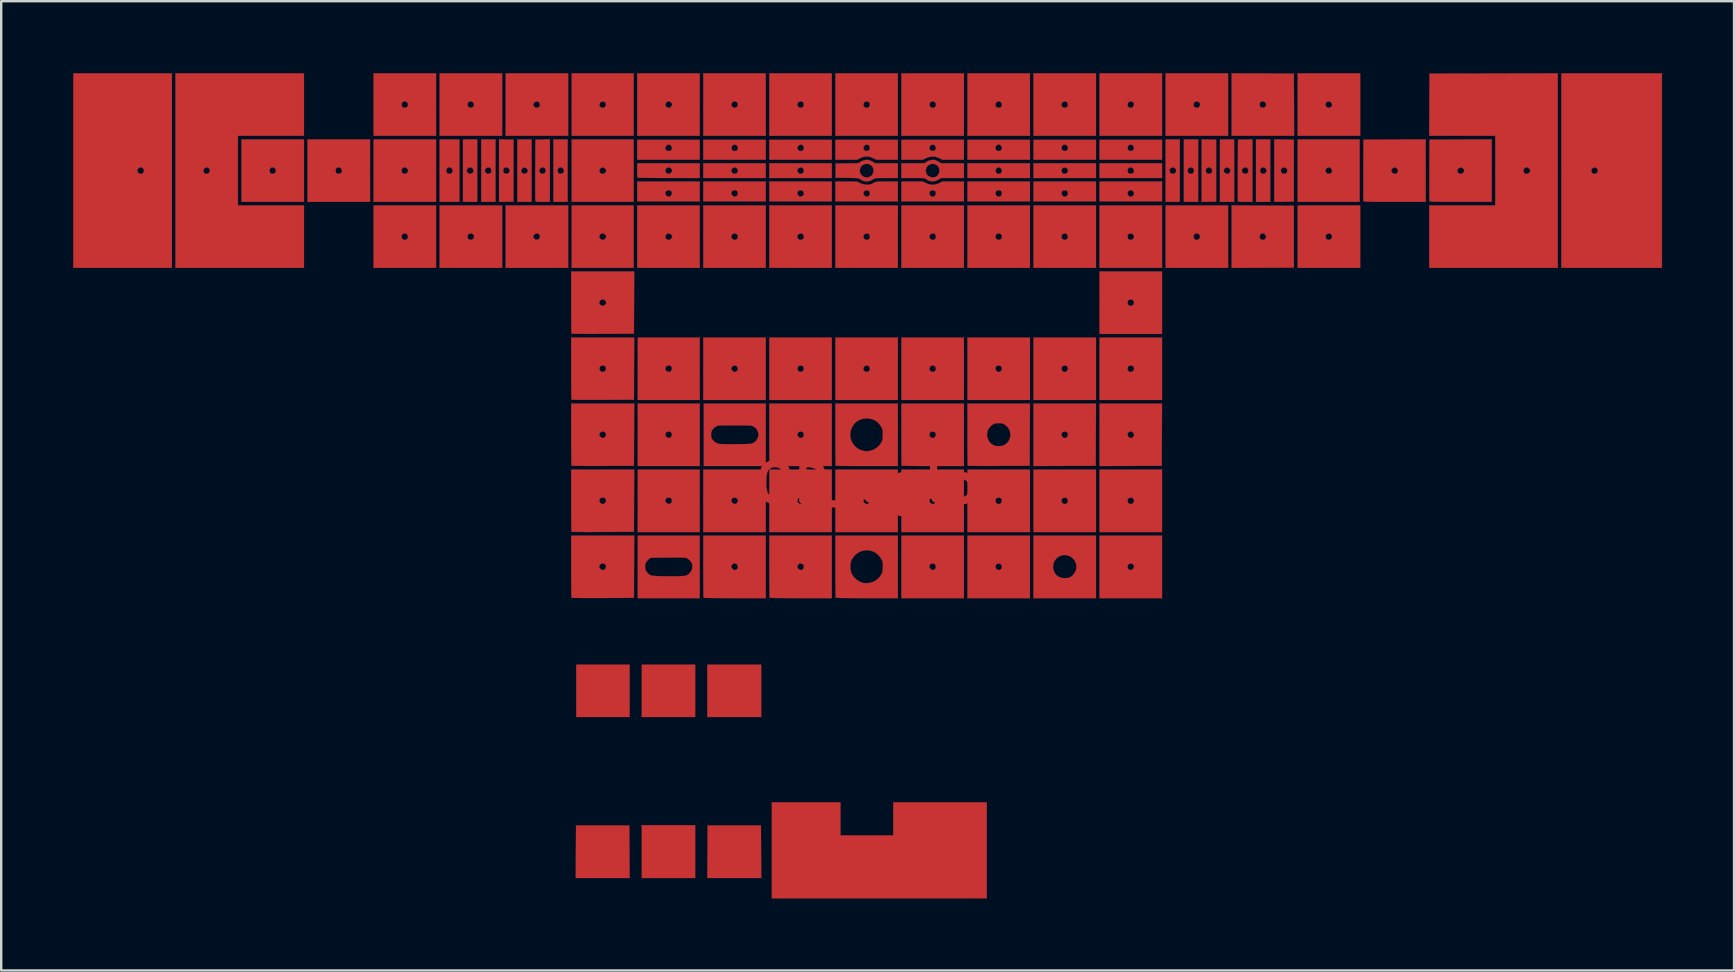
<source format=kicad_pcb>
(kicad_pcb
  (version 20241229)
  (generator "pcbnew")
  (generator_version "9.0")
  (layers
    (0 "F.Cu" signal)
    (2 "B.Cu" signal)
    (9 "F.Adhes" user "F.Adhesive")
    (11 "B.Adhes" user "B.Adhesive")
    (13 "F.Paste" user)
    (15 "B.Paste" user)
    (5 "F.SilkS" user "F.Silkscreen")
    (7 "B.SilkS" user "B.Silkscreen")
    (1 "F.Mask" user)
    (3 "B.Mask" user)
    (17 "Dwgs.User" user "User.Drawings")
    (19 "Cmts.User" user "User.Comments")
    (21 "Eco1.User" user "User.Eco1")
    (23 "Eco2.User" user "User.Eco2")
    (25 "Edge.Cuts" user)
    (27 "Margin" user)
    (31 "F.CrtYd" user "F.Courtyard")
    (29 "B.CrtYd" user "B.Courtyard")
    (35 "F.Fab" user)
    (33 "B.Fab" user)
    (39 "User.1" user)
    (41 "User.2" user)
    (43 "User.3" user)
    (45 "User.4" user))
  (footprint "OD_opto"
    (layer "F.Cu")
    (at 33.089 17.108)
    (property "Reference" "OD_opto" (at 0 0 0) (layer "F.Cu") (effects (font (size 1.524 1.524) (thickness 0.3))))
    (attr through_hole)
    (fp_poly (pts (xy -9.906 9.716) (xy -12.129 9.716) (xy -12.129 7.535) (xy -9.906 7.535) (xy -9.906 9.716)) (stroke (width 0.01) (type solid)) (fill yes) (layer "F.Cu"))
    (fp_poly (pts (xy -9.906 16.425) (xy -12.15 16.425) (xy -12.139 14.235) (xy -9.917 14.235) (xy -9.906 16.425)) (stroke (width 0.01) (type solid)) (fill yes) (layer "F.Cu"))
    (fp_poly (pts (xy -7.176 9.716) (xy -9.398 9.716) (xy -9.398 7.535) (xy -7.176 7.535) (xy -7.176 9.716)) (stroke (width 0.01) (type solid)) (fill yes) (layer "F.Cu"))
    (fp_poly (pts (xy -7.176 16.425) (xy -9.398 16.425) (xy -9.398 14.224) (xy -7.176 14.224) (xy -7.176 16.425)) (stroke (width 0.01) (type solid)) (fill yes) (layer "F.Cu"))
    (fp_poly (pts (xy -4.424 9.716) (xy -6.668 9.716) (xy -6.668 7.535) (xy -4.424 7.535) (xy -4.424 9.716)) (stroke (width 0.01) (type solid)) (fill yes) (layer "F.Cu"))
    (fp_poly (pts (xy -4.423 16.425) (xy -6.668 16.425) (xy -6.662 15.33) (xy -6.657 14.235) (xy -4.434 14.235) (xy -4.423 16.425)) (stroke (width 0.01) (type solid)) (fill yes) (layer "F.Cu"))
    (fp_poly (pts (xy -1.122 14.647) (xy 1.079 14.647) (xy 1.079 13.271) (xy 4.974 13.271) (xy 4.974 17.272) (xy -3.979 17.272) (xy -3.979 13.271) (xy -1.122 13.271) (xy -1.122 14.647)) (stroke (width 0.01) (type solid)) (fill yes) (layer "F.Cu"))
    (fp_poly (pts (xy -15.219 -14.499) (xy -17.822 -14.499) (xy -17.822 -15.801) (xy -16.663 -15.801) (xy -16.646 -15.733) (xy -16.601 -15.687) (xy -16.539 -15.665) (xy -16.474 -15.674) (xy -16.425 -15.706) (xy -16.388 -15.767) (xy -16.392 -15.833) (xy -16.429 -15.89) (xy -16.489 -15.929) (xy -16.554 -15.934) (xy -16.612 -15.909) (xy -16.652 -15.858) (xy -16.663 -15.801) (xy -17.822 -15.801) (xy -17.822 -17.103) (xy -15.219 -17.103) (xy -15.219 -14.499)) (stroke (width 0.01) (type solid)) (fill yes) (layer "F.Cu"))
    (fp_poly (pts (xy -15.219 -8.996) (xy -17.822 -8.996) (xy -17.822 -10.298) (xy -16.663 -10.298) (xy -16.646 -10.23) (xy -16.601 -10.183) (xy -16.541 -10.162) (xy -16.476 -10.172) (xy -16.426 -10.206) (xy -16.389 -10.272) (xy -16.391 -10.339) (xy -16.425 -10.393) (xy -16.486 -10.429) (xy -16.552 -10.431) (xy -16.611 -10.405) (xy -16.652 -10.353) (xy -16.663 -10.298) (xy -17.822 -10.298) (xy -17.822 -11.599) (xy -15.219 -11.599) (xy -15.219 -8.996)) (stroke (width 0.01) (type solid)) (fill yes) (layer "F.Cu"))
    (fp_poly (pts (xy -4.233 2.011) (xy -6.837 2.011) (xy -6.837 0.689) (xy -5.669 0.689) (xy -5.651 0.754) (xy -5.621 0.795) (xy -5.557 0.838) (xy -5.496 0.84) (xy -5.443 0.81) (xy -5.399 0.75) (xy -5.391 0.686) (xy -5.414 0.628) (xy -5.465 0.587) (xy -5.535 0.572) (xy -5.607 0.588) (xy -5.653 0.631) (xy -5.669 0.689) (xy -6.837 0.689) (xy -6.837 -0.593) (xy -4.233 -0.593) (xy -4.233 2.011)) (stroke (width 0.01) (type solid)) (fill yes) (layer "F.Cu"))
    (fp_poly (pts (xy 4.022 2.011) (xy 1.418 2.011) (xy 1.418 0.691) (xy 2.582 0.691) (xy 2.593 0.755) (xy 2.629 0.804) (xy 2.694 0.841) (xy 2.762 0.839) (xy 2.815 0.804) (xy 2.852 0.743) (xy 2.855 0.678) (xy 2.828 0.62) (xy 2.776 0.582) (xy 2.724 0.572) (xy 2.652 0.588) (xy 2.603 0.632) (xy 2.582 0.691) (xy 1.418 0.691) (xy 1.418 -0.593) (xy 4.022 -0.593) (xy 4.022 2.011)) (stroke (width 0.01) (type solid)) (fill yes) (layer "F.Cu"))
    (fp_poly (pts (xy 4.022 4.763) (xy 1.418 4.763) (xy 1.418 3.438) (xy 2.585 3.438) (xy 2.595 3.501) (xy 2.638 3.554) (xy 2.706 3.592) (xy 2.767 3.59) (xy 2.815 3.556) (xy 2.851 3.495) (xy 2.854 3.429) (xy 2.827 3.37) (xy 2.776 3.33) (xy 2.72 3.318) (xy 2.651 3.335) (xy 2.604 3.379) (xy 2.585 3.438) (xy 1.418 3.438) (xy 1.418 2.159) (xy 4.022 2.159) (xy 4.022 4.763)) (stroke (width 0.01) (type solid)) (fill yes) (layer "F.Cu"))
    (fp_poly (pts (xy 6.773 4.763) (xy 4.17 4.763) (xy 4.17 3.441) (xy 5.336 3.441) (xy 5.346 3.506) (xy 5.38 3.555) (xy 5.446 3.593) (xy 5.513 3.59) (xy 5.567 3.556) (xy 5.603 3.495) (xy 5.605 3.429) (xy 5.579 3.37) (xy 5.527 3.33) (xy 5.472 3.318) (xy 5.404 3.335) (xy 5.357 3.38) (xy 5.336 3.441) (xy 4.17 3.441) (xy 4.17 2.159) (xy 6.773 2.159) (xy 6.773 4.763)) (stroke (width 0.01) (type solid)) (fill yes) (layer "F.Cu"))
    (fp_poly (pts (xy 9.525 -8.996) (xy 6.921 -8.996) (xy 6.921 -10.296) (xy 8.086 -10.296) (xy 8.103 -10.228) (xy 8.148 -10.182) (xy 8.209 -10.161) (xy 8.274 -10.172) (xy 8.319 -10.202) (xy 8.353 -10.262) (xy 8.354 -10.327) (xy 8.326 -10.385) (xy 8.273 -10.425) (xy 8.22 -10.435) (xy 8.149 -10.417) (xy 8.102 -10.367) (xy 8.086 -10.296) (xy 6.921 -10.296) (xy 6.921 -11.599) (xy 9.525 -11.599) (xy 9.525 -8.996)) (stroke (width 0.01) (type solid)) (fill yes) (layer "F.Cu"))
    (fp_poly (pts (xy 12.277 2.011) (xy 9.673 2.011) (xy 9.673 0.693) (xy 10.837 0.693) (xy 10.848 0.758) (xy 10.88 0.804) (xy 10.942 0.841) (xy 11.01 0.838) (xy 11.066 0.804) (xy 11.105 0.744) (xy 11.11 0.68) (xy 11.085 0.622) (xy 11.034 0.583) (xy 10.979 0.572) (xy 10.907 0.589) (xy 10.859 0.633) (xy 10.837 0.693) (xy 9.673 0.693) (xy 9.673 -0.593) (xy 12.277 -0.593) (xy 12.277 2.011)) (stroke (width 0.01) (type solid)) (fill yes) (layer "F.Cu"))
    (fp_poly (pts (xy 12.277 4.763) (xy 9.673 4.763) (xy 9.673 3.442) (xy 10.839 3.442) (xy 10.848 3.508) (xy 10.88 3.556) (xy 10.937 3.593) (xy 10.998 3.589) (xy 11.057 3.554) (xy 11.1 3.498) (xy 11.11 3.435) (xy 11.089 3.377) (xy 11.042 3.334) (xy 10.975 3.318) (xy 10.907 3.336) (xy 10.861 3.381) (xy 10.839 3.442) (xy 9.673 3.442) (xy 9.673 2.159) (xy 12.277 2.159) (xy 12.277 4.763)) (stroke (width 0.01) (type solid)) (fill yes) (layer "F.Cu"))
    (fp_poly (pts (xy 13.018 -11.748) (xy 12.425 -11.748) (xy 12.425 -13.049) (xy 12.589 -13.049) (xy 12.607 -12.982) (xy 12.652 -12.935) (xy 12.713 -12.914) (xy 12.779 -12.922) (xy 12.827 -12.954) (xy 12.864 -13.016) (xy 12.861 -13.084) (xy 12.826 -13.141) (xy 12.767 -13.179) (xy 12.702 -13.183) (xy 12.643 -13.158) (xy 12.602 -13.108) (xy 12.589 -13.049) (xy 12.425 -13.049) (xy 12.425 -14.351) (xy 13.018 -14.351) (xy 13.018 -11.748)) (stroke (width 0.01) (type solid)) (fill yes) (layer "F.Cu"))
    (fp_poly (pts (xy 20.511 -11.748) (xy 17.928 -11.748) (xy 17.928 -13.049) (xy 19.087 -13.049) (xy 19.105 -12.982) (xy 19.15 -12.935) (xy 19.211 -12.914) (xy 19.277 -12.922) (xy 19.325 -12.954) (xy 19.362 -13.016) (xy 19.359 -13.084) (xy 19.324 -13.141) (xy 19.265 -13.179) (xy 19.2 -13.183) (xy 19.141 -13.158) (xy 19.1 -13.108) (xy 19.087 -13.049) (xy 17.928 -13.049) (xy 17.928 -14.351) (xy 20.511 -14.351) (xy 20.511 -11.748)) (stroke (width 0.01) (type solid)) (fill yes) (layer "F.Cu"))
    (fp_poly (pts (xy 20.532 -14.499) (xy 17.928 -14.499) (xy 17.928 -15.801) (xy 19.087 -15.801) (xy 19.105 -15.733) (xy 19.15 -15.687) (xy 19.211 -15.665) (xy 19.277 -15.674) (xy 19.325 -15.706) (xy 19.362 -15.763) (xy 19.358 -15.824) (xy 19.324 -15.883) (xy 19.267 -15.926) (xy 19.204 -15.936) (xy 19.146 -15.915) (xy 19.103 -15.868) (xy 19.087 -15.801) (xy 17.928 -15.801) (xy 17.928 -17.103) (xy 20.532 -17.103) (xy 20.532 -14.499)) (stroke (width 0.01) (type solid)) (fill yes) (layer "F.Cu"))
    (fp_poly (pts (xy 20.532 -8.996) (xy 17.928 -8.996) (xy 17.928 -10.298) (xy 19.087 -10.298) (xy 19.105 -10.23) (xy 19.149 -10.183) (xy 19.21 -10.162) (xy 19.275 -10.172) (xy 19.324 -10.206) (xy 19.362 -10.272) (xy 19.359 -10.339) (xy 19.325 -10.393) (xy 19.264 -10.429) (xy 19.199 -10.431) (xy 19.14 -10.405) (xy 19.099 -10.353) (xy 19.087 -10.298) (xy 17.928 -10.298) (xy 17.928 -11.599) (xy 20.532 -11.599) (xy 20.532 -8.996)) (stroke (width 0.01) (type solid)) (fill yes) (layer "F.Cu"))
    (fp_poly (pts (xy -28.977 -8.996) (xy -33.084 -8.996) (xy -33.084 -13.025) (xy -30.413 -13.025) (xy -30.388 -12.971) (xy -30.344 -12.93) (xy -30.287 -12.91) (xy -30.225 -12.918) (xy -30.18 -12.947) (xy -30.151 -12.996) (xy -30.141 -13.051) (xy -30.159 -13.119) (xy -30.204 -13.165) (xy -30.264 -13.185) (xy -30.33 -13.175) (xy -30.374 -13.145) (xy -30.411 -13.085) (xy -30.413 -13.025) (xy -33.084 -13.025) (xy -33.084 -17.103) (xy -28.977 -17.103) (xy -28.977 -8.996)) (stroke (width 0.01) (type solid)) (fill yes) (layer "F.Cu"))
    (fp_poly (pts (xy -15.494 -11.748) (xy -16.087 -11.748) (xy -16.087 -13.049) (xy -15.938 -13.049) (xy -15.92 -12.984) (xy -15.874 -12.938) (xy -15.812 -12.915) (xy -15.746 -12.921) (xy -15.702 -12.947) (xy -15.671 -13) (xy -15.666 -13.068) (xy -15.686 -13.132) (xy -15.698 -13.148) (xy -15.753 -13.181) (xy -15.816 -13.183) (xy -15.877 -13.158) (xy -15.921 -13.111) (xy -15.938 -13.049) (xy -16.087 -13.049) (xy -16.087 -14.351) (xy -15.494 -14.351) (xy -15.494 -11.748)) (stroke (width 0.01) (type solid)) (fill yes) (layer "F.Cu"))
    (fp_poly (pts (xy -12.467 -14.499) (xy -15.071 -14.499) (xy -15.071 -15.811) (xy -13.92 -15.811) (xy -13.918 -15.772) (xy -13.879 -15.707) (xy -13.819 -15.669) (xy -13.751 -15.663) (xy -13.689 -15.69) (xy -13.65 -15.742) (xy -13.642 -15.805) (xy -13.661 -15.865) (xy -13.702 -15.912) (xy -13.762 -15.935) (xy -13.785 -15.934) (xy -13.847 -15.912) (xy -13.895 -15.867) (xy -13.92 -15.811) (xy -15.071 -15.811) (xy -15.071 -17.103) (xy -12.467 -17.103) (xy -12.467 -14.499)) (stroke (width 0.01) (type solid)) (fill yes) (layer "F.Cu"))
    (fp_poly (pts (xy -9.737 -14.499) (xy -12.319 -14.499) (xy -12.319 -15.807) (xy -11.166 -15.807) (xy -11.157 -15.744) (xy -11.118 -15.693) (xy -11.055 -15.666) (xy -11.028 -15.663) (xy -10.972 -15.674) (xy -10.935 -15.695) (xy -10.896 -15.758) (xy -10.892 -15.824) (xy -10.919 -15.881) (xy -10.973 -15.918) (xy -11.028 -15.928) (xy -11.094 -15.914) (xy -11.139 -15.872) (xy -11.166 -15.807) (xy -12.319 -15.807) (xy -12.319 -17.103) (xy -9.737 -17.103) (xy -9.737 -14.499)) (stroke (width 0.01) (type solid)) (fill yes) (layer "F.Cu"))
    (fp_poly (pts (xy -6.985 -13.504) (xy -9.588 -13.504) (xy -9.588 -13.965) (xy -8.419 -13.965) (xy -8.391 -13.911) (xy -8.343 -13.875) (xy -8.276 -13.864) (xy -8.208 -13.878) (xy -8.181 -13.893) (xy -8.149 -13.94) (xy -8.142 -14.003) (xy -8.162 -14.066) (xy -8.19 -14.1) (xy -8.255 -14.135) (xy -8.317 -14.128) (xy -8.372 -14.087) (xy -8.416 -14.026) (xy -8.419 -13.965) (xy -9.588 -13.965) (xy -9.588 -14.33) (xy -6.985 -14.33) (xy -6.985 -13.504)) (stroke (width 0.01) (type solid)) (fill yes) (layer "F.Cu"))
    (fp_poly (pts (xy -6.985 2.011) (xy -9.567 2.011) (xy -9.567 0.684) (xy -8.421 0.684) (xy -8.411 0.745) (xy -8.372 0.795) (xy -8.31 0.838) (xy -8.248 0.84) (xy -8.19 0.808) (xy -8.153 0.756) (xy -8.142 0.692) (xy -8.155 0.631) (xy -8.181 0.6) (xy -8.245 0.574) (xy -8.314 0.574) (xy -8.373 0.599) (xy -8.391 0.619) (xy -8.421 0.684) (xy -9.567 0.684) (xy -9.567 -0.593) (xy -6.985 -0.593) (xy -6.985 2.011)) (stroke (width 0.01) (type solid)) (fill yes) (layer "F.Cu"))
    (fp_poly (pts (xy -4.233 -14.499) (xy -6.837 -14.499) (xy -6.837 -15.797) (xy -5.673 -15.797) (xy -5.655 -15.735) (xy -5.609 -15.69) (xy -5.547 -15.667) (xy -5.483 -15.671) (xy -5.43 -15.705) (xy -5.397 -15.767) (xy -5.398 -15.833) (xy -5.427 -15.891) (xy -5.479 -15.93) (xy -5.527 -15.938) (xy -5.591 -15.92) (xy -5.644 -15.874) (xy -5.671 -15.813) (xy -5.673 -15.797) (xy -6.837 -15.797) (xy -6.837 -17.103) (xy -4.233 -17.103) (xy -4.233 -14.499)) (stroke (width 0.01) (type solid)) (fill yes) (layer "F.Cu"))
    (fp_poly (pts (xy -4.233 -12.742) (xy -6.837 -12.742) (xy -6.837 -13.049) (xy -5.673 -13.049) (xy -5.655 -12.985) (xy -5.609 -12.939) (xy -5.548 -12.915) (xy -5.484 -12.919) (xy -5.43 -12.953) (xy -5.397 -13.016) (xy -5.398 -13.082) (xy -5.427 -13.14) (xy -5.48 -13.178) (xy -5.528 -13.187) (xy -5.595 -13.169) (xy -5.647 -13.123) (xy -5.672 -13.06) (xy -5.673 -13.049) (xy -6.837 -13.049) (xy -6.837 -13.356) (xy -4.233 -13.356) (xy -4.233 -12.742)) (stroke (width 0.01) (type solid)) (fill yes) (layer "F.Cu"))
    (fp_poly (pts (xy -4.233 -8.996) (xy -6.837 -8.996) (xy -6.837 -10.298) (xy -5.673 -10.298) (xy -5.655 -10.234) (xy -5.609 -10.187) (xy -5.548 -10.164) (xy -5.484 -10.167) (xy -5.43 -10.202) (xy -5.397 -10.264) (xy -5.398 -10.33) (xy -5.427 -10.388) (xy -5.48 -10.426) (xy -5.528 -10.435) (xy -5.595 -10.417) (xy -5.647 -10.371) (xy -5.672 -10.309) (xy -5.673 -10.298) (xy -6.837 -10.298) (xy -6.837 -11.599) (xy -4.233 -11.599) (xy -4.233 -8.996)) (stroke (width 0.01) (type solid)) (fill yes) (layer "F.Cu"))
    (fp_poly (pts (xy -1.482 -14.499) (xy -4.085 -14.499) (xy -4.085 -15.801) (xy -2.921 -15.801) (xy -2.903 -15.736) (xy -2.857 -15.69) (xy -2.795 -15.667) (xy -2.729 -15.672) (xy -2.685 -15.698) (xy -2.654 -15.752) (xy -2.648 -15.82) (xy -2.669 -15.883) (xy -2.681 -15.9) (xy -2.735 -15.933) (xy -2.799 -15.935) (xy -2.859 -15.91) (xy -2.904 -15.863) (xy -2.921 -15.801) (xy -4.085 -15.801) (xy -4.085 -17.103) (xy -1.482 -17.103) (xy -1.482 -14.499)) (stroke (width 0.01) (type solid)) (fill yes) (layer "F.Cu"))
    (fp_poly (pts (xy -1.482 -13.504) (xy -4.085 -13.504) (xy -4.085 -13.972) (xy -2.916 -13.972) (xy -2.888 -13.911) (xy -2.84 -13.876) (xy -2.775 -13.864) (xy -2.711 -13.876) (xy -2.679 -13.897) (xy -2.65 -13.952) (xy -2.647 -14.019) (xy -2.668 -14.079) (xy -2.693 -14.106) (xy -2.755 -14.136) (xy -2.813 -14.128) (xy -2.865 -14.095) (xy -2.911 -14.038) (xy -2.916 -13.972) (xy -4.085 -13.972) (xy -4.085 -14.33) (xy -1.482 -14.33) (xy -1.482 -13.504)) (stroke (width 0.01) (type solid)) (fill yes) (layer "F.Cu"))
    (fp_poly (pts (xy -1.482 -12.742) (xy -4.085 -12.742) (xy -4.085 -13.049) (xy -2.921 -13.049) (xy -2.903 -12.984) (xy -2.857 -12.938) (xy -2.795 -12.915) (xy -2.729 -12.921) (xy -2.685 -12.947) (xy -2.654 -13) (xy -2.648 -13.068) (xy -2.669 -13.132) (xy -2.681 -13.148) (xy -2.735 -13.181) (xy -2.799 -13.183) (xy -2.859 -13.158) (xy -2.904 -13.111) (xy -2.921 -13.049) (xy -4.085 -13.049) (xy -4.085 -13.356) (xy -1.482 -13.356) (xy -1.482 -12.742)) (stroke (width 0.01) (type solid)) (fill yes) (layer "F.Cu"))
    (fp_poly (pts (xy -1.482 -11.769) (xy -4.085 -11.769) (xy -4.085 -12.117) (xy -2.918 -12.117) (xy -2.906 -12.052) (xy -2.875 -12.008) (xy -2.813 -11.966) (xy -2.745 -11.966) (xy -2.693 -11.992) (xy -2.656 -12.041) (xy -2.646 -12.106) (xy -2.664 -12.171) (xy -2.681 -12.196) (xy -2.735 -12.228) (xy -2.801 -12.234) (xy -2.861 -12.213) (xy -2.888 -12.187) (xy -2.918 -12.117) (xy -4.085 -12.117) (xy -4.085 -12.594) (xy -1.482 -12.594) (xy -1.482 -11.769)) (stroke (width 0.01) (type solid)) (fill yes) (layer "F.Cu"))
    (fp_poly (pts (xy -1.482 -8.996) (xy -4.085 -8.996) (xy -4.085 -10.298) (xy -2.921 -10.298) (xy -2.903 -10.233) (xy -2.857 -10.186) (xy -2.795 -10.163) (xy -2.729 -10.169) (xy -2.685 -10.195) (xy -2.654 -10.248) (xy -2.648 -10.316) (xy -2.669 -10.38) (xy -2.681 -10.396) (xy -2.735 -10.43) (xy -2.799 -10.431) (xy -2.859 -10.406) (xy -2.904 -10.36) (xy -2.921 -10.298) (xy -4.085 -10.298) (xy -4.085 -11.599) (xy -1.482 -11.599) (xy -1.482 -8.996)) (stroke (width 0.01) (type solid)) (fill yes) (layer "F.Cu"))
    (fp_poly (pts (xy -1.482 -3.493) (xy -4.085 -3.493) (xy -4.085 -4.813) (xy -2.918 -4.813) (xy -2.906 -4.744) (xy -2.878 -4.703) (xy -2.816 -4.663) (xy -2.746 -4.664) (xy -2.693 -4.69) (xy -2.656 -4.738) (xy -2.646 -4.804) (xy -2.664 -4.869) (xy -2.681 -4.893) (xy -2.735 -4.926) (xy -2.801 -4.931) (xy -2.861 -4.91) (xy -2.888 -4.885) (xy -2.918 -4.813) (xy -4.085 -4.813) (xy -4.085 -6.096) (xy -1.482 -6.096) (xy -1.482 -3.493)) (stroke (width 0.01) (type solid)) (fill yes) (layer "F.Cu"))
    (fp_poly (pts (xy -1.482 2.011) (xy -4.085 2.011) (xy -4.085 0.688) (xy -2.918 0.688) (xy -2.906 0.754) (xy -2.875 0.798) (xy -2.813 0.84) (xy -2.745 0.84) (xy -2.693 0.814) (xy -2.657 0.766) (xy -2.645 0.701) (xy -2.658 0.636) (xy -2.679 0.605) (xy -2.733 0.576) (xy -2.8 0.573) (xy -2.861 0.594) (xy -2.888 0.619) (xy -2.918 0.688) (xy -4.085 0.688) (xy -4.085 -0.593) (xy -1.482 -0.593) (xy -1.482 2.011)) (stroke (width 0.01) (type solid)) (fill yes) (layer "F.Cu"))
    (fp_poly (pts (xy 1.27 -14.499) (xy -1.333 -14.499) (xy -1.333 -15.777) (xy -0.166 -15.777) (xy -0.141 -15.722) (xy -0.097 -15.681) (xy -0.04 -15.661) (xy 0.022 -15.67) (xy 0.067 -15.698) (xy 0.097 -15.748) (xy 0.106 -15.803) (xy 0.088 -15.871) (xy 0.043 -15.917) (xy -0.017 -15.937) (xy -0.082 -15.927) (xy -0.127 -15.896) (xy -0.164 -15.837) (xy -0.166 -15.777) (xy -1.333 -15.777) (xy -1.333 -17.103) (xy 1.27 -17.103) (xy 1.27 -14.499)) (stroke (width 0.01) (type solid)) (fill yes) (layer "F.Cu"))
    (fp_poly (pts (xy 1.27 -8.996) (xy -1.333 -8.996) (xy -1.333 -10.298) (xy -0.169 -10.298) (xy -0.151 -10.233) (xy -0.105 -10.186) (xy -0.043 -10.163) (xy 0.023 -10.169) (xy 0.067 -10.195) (xy 0.098 -10.248) (xy 0.103 -10.316) (xy 0.083 -10.38) (xy 0.071 -10.396) (xy 0.016 -10.43) (xy -0.047 -10.431) (xy -0.107 -10.406) (xy -0.152 -10.36) (xy -0.169 -10.298) (xy -1.333 -10.298) (xy -1.333 -11.599) (xy 1.27 -11.599) (xy 1.27 -8.996)) (stroke (width 0.01) (type solid)) (fill yes) (layer "F.Cu"))
    (fp_poly (pts (xy 1.27 -3.493) (xy -1.333 -3.493) (xy -1.333 -4.809) (xy -0.168 -4.809) (xy -0.158 -4.744) (xy -0.127 -4.699) (xy -0.064 -4.662) (xy 0.008 -4.664) (xy 0.059 -4.69) (xy 0.099 -4.741) (xy 0.106 -4.788) (xy 0.089 -4.865) (xy 0.041 -4.914) (xy -0.033 -4.932) (xy -0.034 -4.932) (xy -0.102 -4.914) (xy -0.148 -4.869) (xy -0.168 -4.809) (xy -1.333 -4.809) (xy -1.333 -6.096) (xy 1.27 -6.096) (xy 1.27 -3.493)) (stroke (width 0.01) (type solid)) (fill yes) (layer "F.Cu"))
    (fp_poly (pts (xy 1.27 2.011) (xy -1.333 2.011) (xy -1.333 0.688) (xy -0.167 0.688) (xy -0.155 0.754) (xy -0.123 0.798) (xy -0.061 0.84) (xy 0.007 0.84) (xy 0.059 0.814) (xy 0.095 0.765) (xy 0.106 0.7) (xy 0.088 0.635) (xy 0.071 0.61) (xy 0.017 0.578) (xy -0.049 0.572) (xy -0.11 0.593) (xy -0.136 0.619) (xy -0.167 0.688) (xy -1.333 0.688) (xy -1.333 -0.593) (xy 1.27 -0.593) (xy 1.27 2.011)) (stroke (width 0.01) (type solid)) (fill yes) (layer "F.Cu"))
    (fp_poly (pts (xy 4.022 -14.499) (xy 1.418 -14.499) (xy 1.418 -15.777) (xy 2.586 -15.777) (xy 2.61 -15.722) (xy 2.655 -15.681) (xy 2.712 -15.661) (xy 2.774 -15.67) (xy 2.819 -15.698) (xy 2.848 -15.748) (xy 2.857 -15.803) (xy 2.84 -15.871) (xy 2.795 -15.917) (xy 2.734 -15.937) (xy 2.669 -15.927) (xy 2.625 -15.896) (xy 2.588 -15.837) (xy 2.586 -15.777) (xy 1.418 -15.777) (xy 1.418 -17.103) (xy 4.022 -17.103) (xy 4.022 -14.499)) (stroke (width 0.01) (type solid)) (fill yes) (layer "F.Cu"))
    (fp_poly (pts (xy 4.022 -8.996) (xy 1.418 -8.996) (xy 1.418 -10.298) (xy 2.582 -10.298) (xy 2.6 -10.233) (xy 2.647 -10.186) (xy 2.709 -10.163) (xy 2.775 -10.169) (xy 2.819 -10.195) (xy 2.85 -10.248) (xy 2.855 -10.316) (xy 2.835 -10.38) (xy 2.822 -10.396) (xy 2.768 -10.43) (xy 2.704 -10.431) (xy 2.644 -10.406) (xy 2.6 -10.36) (xy 2.582 -10.298) (xy 1.418 -10.298) (xy 1.418 -11.599) (xy 4.022 -11.599) (xy 4.022 -8.996)) (stroke (width 0.01) (type solid)) (fill yes) (layer "F.Cu"))
    (fp_poly (pts (xy 4.022 -3.493) (xy 1.418 -3.493) (xy 1.418 -4.809) (xy 2.584 -4.809) (xy 2.594 -4.744) (xy 2.625 -4.699) (xy 2.688 -4.662) (xy 2.76 -4.664) (xy 2.81 -4.69) (xy 2.85 -4.741) (xy 2.857 -4.788) (xy 2.84 -4.865) (xy 2.793 -4.914) (xy 2.719 -4.932) (xy 2.718 -4.932) (xy 2.65 -4.914) (xy 2.604 -4.869) (xy 2.584 -4.809) (xy 1.418 -4.809) (xy 1.418 -6.096) (xy 4.022 -6.096) (xy 4.022 -3.493)) (stroke (width 0.01) (type solid)) (fill yes) (layer "F.Cu"))
    (fp_poly (pts (xy 6.773 -14.499) (xy 4.17 -14.499) (xy 4.17 -15.812) (xy 5.337 -15.812) (xy 5.343 -15.746) (xy 5.369 -15.702) (xy 5.422 -15.671) (xy 5.49 -15.666) (xy 5.554 -15.686) (xy 5.57 -15.698) (xy 5.604 -15.753) (xy 5.605 -15.816) (xy 5.58 -15.877) (xy 5.534 -15.921) (xy 5.472 -15.938) (xy 5.407 -15.92) (xy 5.36 -15.874) (xy 5.337 -15.812) (xy 4.17 -15.812) (xy 4.17 -17.103) (xy 6.773 -17.103) (xy 6.773 -14.499)) (stroke (width 0.01) (type solid)) (fill yes) (layer "F.Cu"))
    (fp_poly (pts (xy 6.773 -13.504) (xy 4.17 -13.504) (xy 4.17 -14.013) (xy 5.337 -14.013) (xy 5.343 -13.947) (xy 5.369 -13.903) (xy 5.422 -13.872) (xy 5.49 -13.867) (xy 5.554 -13.887) (xy 5.57 -13.899) (xy 5.604 -13.954) (xy 5.605 -14.017) (xy 5.58 -14.077) (xy 5.534 -14.122) (xy 5.472 -14.139) (xy 5.407 -14.121) (xy 5.36 -14.075) (xy 5.337 -14.013) (xy 4.17 -14.013) (xy 4.17 -14.33) (xy 6.773 -14.33) (xy 6.773 -13.504)) (stroke (width 0.01) (type solid)) (fill yes) (layer "F.Cu"))
    (fp_poly (pts (xy 6.773 -11.769) (xy 4.17 -11.769) (xy 4.17 -12.081) (xy 5.338 -12.081) (xy 5.363 -12.021) (xy 5.409 -11.976) (xy 5.472 -11.959) (xy 5.526 -11.974) (xy 5.567 -12.002) (xy 5.602 -12.063) (xy 5.605 -12.134) (xy 5.574 -12.196) (xy 5.521 -12.227) (xy 5.453 -12.232) (xy 5.389 -12.212) (xy 5.373 -12.199) (xy 5.339 -12.145) (xy 5.338 -12.081) (xy 4.17 -12.081) (xy 4.17 -12.594) (xy 6.773 -12.594) (xy 6.773 -11.769)) (stroke (width 0.01) (type solid)) (fill yes) (layer "F.Cu"))
    (fp_poly (pts (xy 6.773 -8.996) (xy 4.17 -8.996) (xy 4.17 -10.312) (xy 5.335 -10.312) (xy 5.346 -10.247) (xy 5.376 -10.202) (xy 5.44 -10.165) (xy 5.512 -10.168) (xy 5.562 -10.193) (xy 5.602 -10.245) (xy 5.609 -10.292) (xy 5.592 -10.368) (xy 5.544 -10.417) (xy 5.47 -10.435) (xy 5.47 -10.435) (xy 5.402 -10.418) (xy 5.356 -10.373) (xy 5.335 -10.312) (xy 4.17 -10.312) (xy 4.17 -11.599) (xy 6.773 -11.599) (xy 6.773 -8.996)) (stroke (width 0.01) (type solid)) (fill yes) (layer "F.Cu"))
    (fp_poly (pts (xy 6.773 -3.493) (xy 4.17 -3.493) (xy 4.17 -4.779) (xy 5.338 -4.779) (xy 5.363 -4.719) (xy 5.409 -4.674) (xy 5.472 -4.657) (xy 5.526 -4.671) (xy 5.567 -4.699) (xy 5.602 -4.761) (xy 5.605 -4.831) (xy 5.574 -4.893) (xy 5.521 -4.924) (xy 5.453 -4.929) (xy 5.389 -4.909) (xy 5.373 -4.897) (xy 5.339 -4.842) (xy 5.338 -4.779) (xy 4.17 -4.779) (xy 4.17 -6.096) (xy 6.773 -6.096) (xy 6.773 -3.493)) (stroke (width 0.01) (type solid)) (fill yes) (layer "F.Cu"))
    (fp_poly (pts (xy 6.773 2.011) (xy 4.17 2.011) (xy 4.17 0.725) (xy 5.338 0.725) (xy 5.363 0.785) (xy 5.409 0.829) (xy 5.472 0.847) (xy 5.526 0.832) (xy 5.567 0.804) (xy 5.602 0.743) (xy 5.605 0.672) (xy 5.574 0.61) (xy 5.521 0.579) (xy 5.453 0.574) (xy 5.389 0.594) (xy 5.373 0.607) (xy 5.339 0.661) (xy 5.338 0.725) (xy 4.17 0.725) (xy 4.17 -0.593) (xy 6.773 -0.593) (xy 6.773 2.011)) (stroke (width 0.01) (type solid)) (fill yes) (layer "F.Cu"))
    (fp_poly (pts (xy 9.525 -14.499) (xy 6.921 -14.499) (xy 6.921 -15.807) (xy 8.085 -15.807) (xy 8.093 -15.745) (xy 8.121 -15.702) (xy 8.175 -15.67) (xy 8.241 -15.664) (xy 8.301 -15.685) (xy 8.328 -15.71) (xy 8.358 -15.783) (xy 8.348 -15.853) (xy 8.319 -15.896) (xy 8.26 -15.932) (xy 8.2 -15.933) (xy 8.146 -15.908) (xy 8.105 -15.864) (xy 8.085 -15.807) (xy 6.921 -15.807) (xy 6.921 -17.103) (xy 9.525 -17.103) (xy 9.525 -14.499)) (stroke (width 0.01) (type solid)) (fill yes) (layer "F.Cu"))
    (fp_poly (pts (xy 9.525 -13.504) (xy 6.921 -13.504) (xy 6.921 -14.013) (xy 8.089 -14.013) (xy 8.095 -13.947) (xy 8.121 -13.903) (xy 8.174 -13.872) (xy 8.242 -13.867) (xy 8.306 -13.887) (xy 8.322 -13.899) (xy 8.355 -13.954) (xy 8.357 -14.017) (xy 8.332 -14.077) (xy 8.285 -14.122) (xy 8.223 -14.139) (xy 8.158 -14.121) (xy 8.112 -14.075) (xy 8.089 -14.013) (xy 6.921 -14.013) (xy 6.921 -14.33) (xy 9.525 -14.33) (xy 9.525 -13.504)) (stroke (width 0.01) (type solid)) (fill yes) (layer "F.Cu"))
    (fp_poly (pts (xy 9.525 -11.769) (xy 6.921 -11.769) (xy 6.921 -12.081) (xy 8.089 -12.081) (xy 8.114 -12.021) (xy 8.161 -11.976) (xy 8.223 -11.959) (xy 8.278 -11.974) (xy 8.319 -12.002) (xy 8.354 -12.063) (xy 8.356 -12.134) (xy 8.326 -12.196) (xy 8.273 -12.227) (xy 8.205 -12.232) (xy 8.141 -12.212) (xy 8.124 -12.199) (xy 8.091 -12.145) (xy 8.089 -12.081) (xy 6.921 -12.081) (xy 6.921 -12.594) (xy 9.525 -12.594) (xy 9.525 -11.769)) (stroke (width 0.01) (type solid)) (fill yes) (layer "F.Cu"))
    (fp_poly (pts (xy 9.525 -3.493) (xy 6.921 -3.493) (xy 6.921 -4.779) (xy 8.089 -4.779) (xy 8.114 -4.719) (xy 8.161 -4.674) (xy 8.223 -4.657) (xy 8.278 -4.671) (xy 8.319 -4.699) (xy 8.354 -4.761) (xy 8.356 -4.831) (xy 8.326 -4.893) (xy 8.273 -4.924) (xy 8.205 -4.929) (xy 8.141 -4.909) (xy 8.124 -4.897) (xy 8.091 -4.842) (xy 8.089 -4.779) (xy 6.921 -4.779) (xy 6.921 -6.096) (xy 9.525 -6.096) (xy 9.525 -3.493)) (stroke (width 0.01) (type solid)) (fill yes) (layer "F.Cu"))
    (fp_poly (pts (xy 9.525 2.011) (xy 6.921 2.011) (xy 6.921 0.725) (xy 8.089 0.725) (xy 8.114 0.785) (xy 8.161 0.829) (xy 8.223 0.847) (xy 8.278 0.832) (xy 8.319 0.804) (xy 8.354 0.743) (xy 8.356 0.672) (xy 8.326 0.61) (xy 8.273 0.579) (xy 8.205 0.574) (xy 8.141 0.594) (xy 8.124 0.607) (xy 8.091 0.661) (xy 8.089 0.725) (xy 6.921 0.725) (xy 6.921 -0.593) (xy 9.525 -0.593) (xy 9.525 2.011)) (stroke (width 0.01) (type solid)) (fill yes) (layer "F.Cu"))
    (fp_poly (pts (xy 12.277 -14.499) (xy 9.673 -14.499) (xy 9.673 -15.803) (xy 10.839 -15.803) (xy 10.851 -15.736) (xy 10.872 -15.703) (xy 10.927 -15.67) (xy 10.994 -15.667) (xy 11.055 -15.692) (xy 11.09 -15.731) (xy 11.109 -15.8) (xy 11.095 -15.863) (xy 11.054 -15.91) (xy 10.996 -15.934) (xy 10.927 -15.927) (xy 10.905 -15.916) (xy 10.858 -15.868) (xy 10.839 -15.803) (xy 9.673 -15.803) (xy 9.673 -17.103) (xy 12.277 -17.103) (xy 12.277 -14.499)) (stroke (width 0.01) (type solid)) (fill yes) (layer "F.Cu"))
    (fp_poly (pts (xy 12.277 -11.769) (xy 9.673 -11.769) (xy 9.673 -12.081) (xy 10.841 -12.081) (xy 10.866 -12.021) (xy 10.913 -11.976) (xy 10.975 -11.959) (xy 11.03 -11.974) (xy 11.07 -12.002) (xy 11.107 -12.061) (xy 11.109 -12.121) (xy 11.084 -12.175) (xy 11.04 -12.216) (xy 10.983 -12.236) (xy 10.921 -12.228) (xy 10.876 -12.199) (xy 10.843 -12.145) (xy 10.841 -12.081) (xy 9.673 -12.081) (xy 9.673 -12.594) (xy 12.277 -12.594) (xy 12.277 -11.769)) (stroke (width 0.01) (type solid)) (fill yes) (layer "F.Cu"))
    (fp_poly (pts (xy 12.277 -6.244) (xy 9.673 -6.244) (xy 9.673 -7.544) (xy 10.837 -7.544) (xy 10.855 -7.476) (xy 10.9 -7.43) (xy 10.96 -7.41) (xy 11.026 -7.42) (xy 11.07 -7.451) (xy 11.106 -7.511) (xy 11.108 -7.576) (xy 11.082 -7.634) (xy 11.032 -7.673) (xy 10.981 -7.684) (xy 10.904 -7.666) (xy 10.855 -7.619) (xy 10.837 -7.545) (xy 10.837 -7.544) (xy 9.673 -7.544) (xy 9.673 -8.848) (xy 12.277 -8.848) (xy 12.277 -6.244)) (stroke (width 0.01) (type solid)) (fill yes) (layer "F.Cu"))
    (fp_poly (pts (xy 12.277 -3.493) (xy 9.673 -3.493) (xy 9.673 -4.792) (xy 10.837 -4.792) (xy 10.855 -4.724) (xy 10.9 -4.678) (xy 10.96 -4.658) (xy 11.026 -4.668) (xy 11.07 -4.699) (xy 11.106 -4.759) (xy 11.108 -4.824) (xy 11.082 -4.882) (xy 11.032 -4.921) (xy 10.981 -4.932) (xy 10.904 -4.915) (xy 10.855 -4.867) (xy 10.837 -4.793) (xy 10.837 -4.792) (xy 9.673 -4.792) (xy 9.673 -6.096) (xy 12.277 -6.096) (xy 12.277 -3.493)) (stroke (width 0.01) (type solid)) (fill yes) (layer "F.Cu"))
    (fp_poly (pts (xy 13.78 -11.748) (xy 13.187 -11.748) (xy 13.187 -13.049) (xy 13.335 -13.049) (xy 13.353 -12.984) (xy 13.399 -12.938) (xy 13.461 -12.915) (xy 13.527 -12.921) (xy 13.571 -12.947) (xy 13.602 -13) (xy 13.608 -13.068) (xy 13.587 -13.132) (xy 13.575 -13.148) (xy 13.521 -13.181) (xy 13.457 -13.183) (xy 13.397 -13.158) (xy 13.352 -13.111) (xy 13.335 -13.049) (xy 13.187 -13.049) (xy 13.187 -14.351) (xy 13.78 -14.351) (xy 13.78 -11.748)) (stroke (width 0.01) (type solid)) (fill yes) (layer "F.Cu"))
    (fp_poly (pts (xy 33.105 -8.996) (xy 28.914 -8.996) (xy 28.914 -13.051) (xy 30.164 -13.051) (xy 30.176 -12.984) (xy 30.197 -12.951) (xy 30.252 -12.918) (xy 30.319 -12.915) (xy 30.38 -12.941) (xy 30.415 -12.979) (xy 30.435 -13.049) (xy 30.42 -13.111) (xy 30.379 -13.158) (xy 30.321 -13.182) (xy 30.253 -13.175) (xy 30.23 -13.164) (xy 30.183 -13.117) (xy 30.164 -13.051) (xy 28.914 -13.051) (xy 28.914 -17.103) (xy 33.105 -17.103) (xy 33.105 -8.996)) (stroke (width 0.01) (type solid)) (fill yes) (layer "F.Cu"))
    (fp_poly (pts (xy -23.474 -11.748) (xy -26.077 -11.748) (xy -26.077 -13.031) (xy -24.911 -13.031) (xy -24.89 -12.967) (xy -24.878 -12.95) (xy -24.823 -12.918) (xy -24.756 -12.916) (xy -24.693 -12.943) (xy -24.68 -12.954) (xy -24.645 -13.012) (xy -24.643 -13.072) (xy -24.668 -13.126) (xy -24.713 -13.167) (xy -24.77 -13.187) (xy -24.831 -13.179) (xy -24.874 -13.152) (xy -24.905 -13.099) (xy -24.911 -13.031) (xy -26.077 -13.031) (xy -26.077 -14.351) (xy -23.474 -14.351) (xy -23.474 -11.748)) (stroke (width 0.01) (type solid)) (fill yes) (layer "F.Cu"))
    (fp_poly (pts (xy -20.722 -11.748) (xy -23.326 -11.748) (xy -23.326 -13.031) (xy -22.159 -13.031) (xy -22.139 -12.967) (xy -22.126 -12.95) (xy -22.072 -12.918) (xy -22.004 -12.916) (xy -21.942 -12.943) (xy -21.929 -12.954) (xy -21.893 -13.012) (xy -21.891 -13.072) (xy -21.917 -13.126) (xy -21.961 -13.167) (xy -22.018 -13.187) (xy -22.079 -13.179) (xy -22.123 -13.152) (xy -22.154 -13.099) (xy -22.159 -13.031) (xy -23.326 -13.031) (xy -23.326 -14.351) (xy -20.722 -14.351) (xy -20.722 -11.748)) (stroke (width 0.01) (type solid)) (fill yes) (layer "F.Cu"))
    (fp_poly (pts (xy -17.971 -14.499) (xy -20.574 -14.499) (xy -20.574 -15.782) (xy -19.407 -15.782) (xy -19.387 -15.719) (xy -19.375 -15.702) (xy -19.32 -15.67) (xy -19.253 -15.667) (xy -19.19 -15.694) (xy -19.177 -15.706) (xy -19.141 -15.764) (xy -19.14 -15.824) (xy -19.165 -15.878) (xy -19.21 -15.919) (xy -19.266 -15.939) (xy -19.328 -15.931) (xy -19.371 -15.903) (xy -19.402 -15.85) (xy -19.407 -15.782) (xy -20.574 -15.782) (xy -20.574 -17.103) (xy -17.971 -17.103) (xy -17.971 -14.499)) (stroke (width 0.01) (type solid)) (fill yes) (layer "F.Cu"))
    (fp_poly (pts (xy -17.971 -11.748) (xy -20.574 -11.748) (xy -20.574 -13.031) (xy -19.407 -13.031) (xy -19.387 -12.967) (xy -19.375 -12.95) (xy -19.32 -12.918) (xy -19.253 -12.916) (xy -19.19 -12.943) (xy -19.177 -12.954) (xy -19.141 -13.012) (xy -19.14 -13.072) (xy -19.165 -13.126) (xy -19.21 -13.167) (xy -19.266 -13.187) (xy -19.328 -13.179) (xy -19.371 -13.152) (xy -19.402 -13.099) (xy -19.407 -13.031) (xy -20.574 -13.031) (xy -20.574 -14.351) (xy -17.971 -14.351) (xy -17.971 -11.748)) (stroke (width 0.01) (type solid)) (fill yes) (layer "F.Cu"))
    (fp_poly (pts (xy -17.971 -8.996) (xy -20.574 -8.996) (xy -20.574 -10.279) (xy -19.407 -10.279) (xy -19.387 -10.215) (xy -19.375 -10.199) (xy -19.32 -10.167) (xy -19.253 -10.164) (xy -19.19 -10.191) (xy -19.177 -10.202) (xy -19.141 -10.261) (xy -19.14 -10.321) (xy -19.165 -10.375) (xy -19.21 -10.416) (xy -19.266 -10.436) (xy -19.328 -10.428) (xy -19.371 -10.4) (xy -19.402 -10.347) (xy -19.407 -10.279) (xy -20.574 -10.279) (xy -20.574 -11.599) (xy -17.971 -11.599) (xy -17.971 -8.996)) (stroke (width 0.01) (type solid)) (fill yes) (layer "F.Cu"))
    (fp_poly (pts (xy -16.997 -11.748) (xy -17.822 -11.748) (xy -17.822 -13.031) (xy -17.545 -13.031) (xy -17.524 -12.967) (xy -17.512 -12.95) (xy -17.457 -12.918) (xy -17.39 -12.916) (xy -17.327 -12.943) (xy -17.314 -12.954) (xy -17.279 -13.012) (xy -17.277 -13.072) (xy -17.302 -13.126) (xy -17.347 -13.167) (xy -17.404 -13.187) (xy -17.465 -13.179) (xy -17.508 -13.152) (xy -17.539 -13.099) (xy -17.545 -13.031) (xy -17.822 -13.031) (xy -17.822 -14.351) (xy -16.997 -14.351) (xy -16.997 -11.748)) (stroke (width 0.01) (type solid)) (fill yes) (layer "F.Cu"))
    (fp_poly (pts (xy -13.991 -11.748) (xy -14.584 -11.748) (xy -14.584 -13.057) (xy -14.426 -13.057) (xy -14.42 -12.999) (xy -14.388 -12.951) (xy -14.338 -12.92) (xy -14.28 -12.912) (xy -14.221 -12.933) (xy -14.183 -12.967) (xy -14.148 -13.022) (xy -14.145 -13.067) (xy -14.174 -13.119) (xy -14.184 -13.132) (xy -14.241 -13.176) (xy -14.306 -13.182) (xy -14.369 -13.152) (xy -14.399 -13.121) (xy -14.426 -13.057) (xy -14.584 -13.057) (xy -14.584 -14.351) (xy -13.991 -14.351) (xy -13.991 -11.748)) (stroke (width 0.01) (type solid)) (fill yes) (layer "F.Cu"))
    (fp_poly (pts (xy -12.488 -11.748) (xy -13.081 -11.748) (xy -13.081 -13.031) (xy -12.909 -13.031) (xy -12.889 -12.967) (xy -12.877 -12.95) (xy -12.822 -12.918) (xy -12.755 -12.916) (xy -12.692 -12.943) (xy -12.679 -12.954) (xy -12.643 -13.012) (xy -12.642 -13.072) (xy -12.667 -13.126) (xy -12.711 -13.167) (xy -12.768 -13.187) (xy -12.83 -13.179) (xy -12.873 -13.152) (xy -12.904 -13.099) (xy -12.909 -13.031) (xy -13.081 -13.031) (xy -13.081 -14.351) (xy -12.488 -14.351) (xy -12.488 -11.748)) (stroke (width 0.01) (type solid)) (fill yes) (layer "F.Cu"))
    (fp_poly (pts (xy -12.467 -8.996) (xy -15.071 -8.996) (xy -15.071 -10.28) (xy -13.922 -10.28) (xy -13.893 -10.228) (xy -13.883 -10.215) (xy -13.826 -10.171) (xy -13.761 -10.165) (xy -13.698 -10.195) (xy -13.668 -10.226) (xy -13.641 -10.29) (xy -13.647 -10.348) (xy -13.679 -10.395) (xy -13.729 -10.426) (xy -13.787 -10.435) (xy -13.846 -10.414) (xy -13.884 -10.379) (xy -13.919 -10.325) (xy -13.922 -10.28) (xy -15.071 -10.28) (xy -15.071 -11.599) (xy -12.467 -11.599) (xy -12.467 -8.996)) (stroke (width 0.01) (type solid)) (fill yes) (layer "F.Cu"))
    (fp_poly (pts (xy -9.737 -11.748) (xy -12.319 -11.748) (xy -12.319 -13.057) (xy -11.167 -13.057) (xy -11.16 -12.999) (xy -11.128 -12.951) (xy -11.079 -12.92) (xy -11.02 -12.912) (xy -10.961 -12.933) (xy -10.924 -12.967) (xy -10.888 -13.022) (xy -10.885 -13.067) (xy -10.914 -13.119) (xy -10.924 -13.132) (xy -10.981 -13.176) (xy -11.047 -13.182) (xy -11.11 -13.152) (xy -11.139 -13.121) (xy -11.167 -13.057) (xy -12.319 -13.057) (xy -12.319 -14.351) (xy -9.737 -14.351) (xy -9.737 -11.748)) (stroke (width 0.01) (type solid)) (fill yes) (layer "F.Cu"))
    (fp_poly (pts (xy -6.985 -11.769) (xy -9.588 -11.769) (xy -9.588 -12.125) (xy -8.421 -12.125) (xy -8.413 -12.067) (xy -8.38 -12.015) (xy -8.324 -11.968) (xy -8.258 -11.963) (xy -8.21 -11.982) (xy -8.162 -12.028) (xy -8.143 -12.092) (xy -8.152 -12.159) (xy -8.192 -12.213) (xy -8.2 -12.218) (xy -8.257 -12.235) (xy -8.323 -12.229) (xy -8.378 -12.202) (xy -8.391 -12.187) (xy -8.421 -12.125) (xy -9.588 -12.125) (xy -9.588 -12.594) (xy -6.985 -12.594) (xy -6.985 -11.769)) (stroke (width 0.01) (type solid)) (fill yes) (layer "F.Cu"))
    (fp_poly (pts (xy -6.985 -3.493) (xy -9.567 -3.493) (xy -9.567 -4.808) (xy -8.424 -4.808) (xy -8.408 -4.745) (xy -8.365 -4.696) (xy -8.308 -4.666) (xy -8.247 -4.661) (xy -8.194 -4.686) (xy -8.187 -4.694) (xy -8.148 -4.765) (xy -8.144 -4.835) (xy -8.176 -4.896) (xy -8.2 -4.916) (xy -8.258 -4.933) (xy -8.323 -4.922) (xy -8.38 -4.889) (xy -8.417 -4.841) (xy -8.424 -4.808) (xy -9.567 -4.808) (xy -9.567 -6.096) (xy -6.985 -6.096) (xy -6.985 -3.493)) (stroke (width 0.01) (type solid)) (fill yes) (layer "F.Cu"))
    (fp_poly (pts (xy -6.985 -0.741) (xy -9.567 -0.741) (xy -9.567 -2.071) (xy -8.421 -2.071) (xy -8.413 -2.013) (xy -8.38 -1.961) (xy -8.324 -1.914) (xy -8.258 -1.909) (xy -8.21 -1.927) (xy -8.162 -1.974) (xy -8.143 -2.038) (xy -8.152 -2.104) (xy -8.192 -2.158) (xy -8.2 -2.164) (xy -8.257 -2.181) (xy -8.323 -2.175) (xy -8.378 -2.148) (xy -8.391 -2.133) (xy -8.421 -2.071) (xy -9.567 -2.071) (xy -9.567 -3.344) (xy -6.985 -3.344) (xy -6.985 -0.741)) (stroke (width 0.01) (type solid)) (fill yes) (layer "F.Cu"))
    (fp_poly (pts (xy -4.233 -11.769) (xy -6.837 -11.769) (xy -6.837 -12.125) (xy -5.669 -12.125) (xy -5.662 -12.067) (xy -5.629 -12.015) (xy -5.571 -11.969) (xy -5.506 -11.964) (xy -5.443 -11.996) (xy -5.406 -12.04) (xy -5.394 -12.096) (xy -5.395 -12.132) (xy -5.417 -12.185) (xy -5.465 -12.22) (xy -5.527 -12.235) (xy -5.589 -12.226) (xy -5.638 -12.19) (xy -5.64 -12.187) (xy -5.669 -12.125) (xy -6.837 -12.125) (xy -6.837 -12.594) (xy -4.233 -12.594) (xy -4.233 -11.769)) (stroke (width 0.01) (type solid)) (fill yes) (layer "F.Cu"))
    (fp_poly (pts (xy -4.233 -3.493) (xy -6.837 -3.493) (xy -6.837 -4.808) (xy -5.673 -4.808) (xy -5.657 -4.754) (xy -5.617 -4.701) (xy -5.567 -4.665) (xy -5.536 -4.657) (xy -5.483 -4.67) (xy -5.44 -4.695) (xy -5.401 -4.749) (xy -5.394 -4.812) (xy -5.417 -4.871) (xy -5.463 -4.915) (xy -5.528 -4.932) (xy -5.59 -4.916) (xy -5.642 -4.876) (xy -5.671 -4.824) (xy -5.673 -4.808) (xy -6.837 -4.808) (xy -6.837 -6.096) (xy -4.233 -6.096) (xy -4.233 -3.493)) (stroke (width 0.01) (type solid)) (fill yes) (layer "F.Cu"))
    (fp_poly (pts (xy 6.773 -12.742) (xy 4.17 -12.742) (xy 4.17 -13.055) (xy 5.338 -13.055) (xy 5.35 -12.988) (xy 5.367 -12.959) (xy 5.416 -12.922) (xy 5.481 -12.912) (xy 5.546 -12.93) (xy 5.57 -12.947) (xy 5.603 -13.001) (xy 5.605 -13.069) (xy 5.578 -13.132) (xy 5.567 -13.145) (xy 5.507 -13.182) (xy 5.447 -13.185) (xy 5.393 -13.16) (xy 5.355 -13.114) (xy 5.338 -13.055) (xy 4.17 -13.055) (xy 4.17 -13.356) (xy 6.773 -13.356) (xy 6.773 -12.742)) (stroke (width 0.01) (type solid)) (fill yes) (layer "F.Cu"))
    (fp_poly (pts (xy 9.525 -12.742) (xy 6.921 -12.742) (xy 6.921 -13.04) (xy 8.086 -13.04) (xy 8.104 -12.975) (xy 8.121 -12.95) (xy 8.175 -12.918) (xy 8.243 -12.916) (xy 8.306 -12.943) (xy 8.319 -12.954) (xy 8.356 -13.014) (xy 8.359 -13.074) (xy 8.334 -13.127) (xy 8.288 -13.166) (xy 8.229 -13.183) (xy 8.162 -13.171) (xy 8.133 -13.154) (xy 8.096 -13.105) (xy 8.086 -13.04) (xy 6.921 -13.04) (xy 6.921 -13.356) (xy 9.525 -13.356) (xy 9.525 -12.742)) (stroke (width 0.01) (type solid)) (fill yes) (layer "F.Cu"))
    (fp_poly (pts (xy 12.266 -0.751) (xy 10.97 -0.746) (xy 9.673 -0.741) (xy 9.673 -2.027) (xy 10.841 -2.027) (xy 10.866 -1.967) (xy 10.913 -1.922) (xy 10.975 -1.905) (xy 11.03 -1.92) (xy 11.07 -1.947) (xy 11.107 -2.006) (xy 11.109 -2.067) (xy 11.084 -2.121) (xy 11.04 -2.162) (xy 10.983 -2.182) (xy 10.921 -2.174) (xy 10.876 -2.145) (xy 10.843 -2.091) (xy 10.841 -2.027) (xy 9.673 -2.027) (xy 9.673 -3.344) (xy 12.277 -3.344) (xy 12.266 -0.751)) (stroke (width 0.01) (type solid)) (fill yes) (layer "F.Cu"))
    (fp_poly (pts (xy 12.277 -13.504) (xy 9.673 -13.504) (xy 9.673 -14.013) (xy 10.841 -14.013) (xy 10.846 -13.947) (xy 10.872 -13.903) (xy 10.926 -13.872) (xy 10.994 -13.867) (xy 11.057 -13.887) (xy 11.074 -13.899) (xy 11.105 -13.952) (xy 11.105 -14.015) (xy 11.08 -14.075) (xy 11.034 -14.12) (xy 10.973 -14.139) (xy 10.971 -14.139) (xy 10.908 -14.121) (xy 10.863 -14.075) (xy 10.841 -14.013) (xy 9.673 -14.013) (xy 9.673 -14.33) (xy 12.277 -14.33) (xy 12.277 -13.504)) (stroke (width 0.01) (type solid)) (fill yes) (layer "F.Cu"))
    (fp_poly (pts (xy 12.277 -12.742) (xy 9.673 -12.742) (xy 9.673 -13.031) (xy 10.84 -13.031) (xy 10.86 -12.967) (xy 10.872 -12.95) (xy 10.927 -12.918) (xy 10.994 -12.916) (xy 11.057 -12.943) (xy 11.07 -12.954) (xy 11.106 -13.012) (xy 11.107 -13.072) (xy 11.082 -13.126) (xy 11.038 -13.167) (xy 10.981 -13.187) (xy 10.919 -13.179) (xy 10.876 -13.152) (xy 10.845 -13.099) (xy 10.84 -13.031) (xy 9.673 -13.031) (xy 9.673 -13.356) (xy 12.277 -13.356) (xy 12.277 -12.742)) (stroke (width 0.01) (type solid)) (fill yes) (layer "F.Cu"))
    (fp_poly (pts (xy 12.277 -8.996) (xy 9.673 -8.996) (xy 9.673 -10.279) (xy 10.84 -10.279) (xy 10.86 -10.215) (xy 10.872 -10.199) (xy 10.927 -10.167) (xy 10.994 -10.164) (xy 11.057 -10.191) (xy 11.07 -10.202) (xy 11.106 -10.261) (xy 11.107 -10.321) (xy 11.082 -10.375) (xy 11.038 -10.416) (xy 10.981 -10.436) (xy 10.919 -10.428) (xy 10.876 -10.4) (xy 10.845 -10.347) (xy 10.84 -10.279) (xy 9.673 -10.279) (xy 9.673 -11.599) (xy 12.277 -11.599) (xy 12.277 -8.996)) (stroke (width 0.01) (type solid)) (fill yes) (layer "F.Cu"))
    (fp_poly (pts (xy 15.028 -14.499) (xy 12.425 -14.499) (xy 12.425 -15.791) (xy 13.589 -15.791) (xy 13.607 -15.726) (xy 13.624 -15.702) (xy 13.679 -15.67) (xy 13.746 -15.667) (xy 13.809 -15.694) (xy 13.822 -15.706) (xy 13.859 -15.765) (xy 13.862 -15.826) (xy 13.837 -15.879) (xy 13.791 -15.918) (xy 13.732 -15.935) (xy 13.666 -15.922) (xy 13.636 -15.906) (xy 13.599 -15.857) (xy 13.589 -15.791) (xy 12.425 -15.791) (xy 12.425 -17.103) (xy 15.028 -17.103) (xy 15.028 -14.499)) (stroke (width 0.01) (type solid)) (fill yes) (layer "F.Cu"))
    (fp_poly (pts (xy 15.028 -8.996) (xy 12.425 -8.996) (xy 12.425 -10.279) (xy 13.591 -10.279) (xy 13.612 -10.215) (xy 13.624 -10.199) (xy 13.679 -10.167) (xy 13.746 -10.164) (xy 13.809 -10.191) (xy 13.822 -10.202) (xy 13.857 -10.261) (xy 13.859 -10.321) (xy 13.834 -10.375) (xy 13.789 -10.416) (xy 13.733 -10.436) (xy 13.671 -10.428) (xy 13.628 -10.4) (xy 13.597 -10.347) (xy 13.591 -10.279) (xy 12.425 -10.279) (xy 12.425 -11.599) (xy 15.028 -11.599) (xy 15.028 -8.996)) (stroke (width 0.01) (type solid)) (fill yes) (layer "F.Cu"))
    (fp_poly (pts (xy 15.282 -11.748) (xy 14.69 -11.748) (xy 14.69 -13.032) (xy 14.843 -13.032) (xy 14.871 -12.981) (xy 14.882 -12.967) (xy 14.937 -12.924) (xy 15.003 -12.912) (xy 15.063 -12.931) (xy 15.078 -12.944) (xy 15.121 -13.008) (xy 15.121 -13.075) (xy 15.097 -13.121) (xy 15.039 -13.171) (xy 14.974 -13.184) (xy 14.911 -13.16) (xy 14.883 -13.132) (xy 14.847 -13.077) (xy 14.843 -13.032) (xy 14.69 -13.032) (xy 14.69 -14.351) (xy 15.282 -14.351) (xy 15.282 -11.748)) (stroke (width 0.01) (type solid)) (fill yes) (layer "F.Cu"))
    (fp_poly (pts (xy 16.785 -11.748) (xy 16.192 -11.748) (xy 16.192 -13.031) (xy 16.364 -13.031) (xy 16.385 -12.967) (xy 16.397 -12.95) (xy 16.452 -12.918) (xy 16.519 -12.916) (xy 16.582 -12.943) (xy 16.595 -12.954) (xy 16.63 -13.012) (xy 16.632 -13.072) (xy 16.607 -13.126) (xy 16.562 -13.167) (xy 16.505 -13.187) (xy 16.444 -13.179) (xy 16.401 -13.152) (xy 16.37 -13.099) (xy 16.364 -13.031) (xy 16.192 -13.031) (xy 16.192 -14.351) (xy 16.785 -14.351) (xy 16.785 -11.748)) (stroke (width 0.01) (type solid)) (fill yes) (layer "F.Cu"))
    (fp_poly (pts (xy 17.362 -14.346) (xy 17.769 -14.34) (xy 17.769 -11.758) (xy 17.362 -11.752) (xy 16.954 -11.747) (xy 16.954 -13.049) (xy 17.224 -13.049) (xy 17.242 -12.982) (xy 17.287 -12.935) (xy 17.349 -12.914) (xy 17.414 -12.922) (xy 17.462 -12.954) (xy 17.499 -13.016) (xy 17.496 -13.084) (xy 17.462 -13.141) (xy 17.402 -13.179) (xy 17.337 -13.183) (xy 17.278 -13.158) (xy 17.237 -13.108) (xy 17.224 -13.049) (xy 16.954 -13.049) (xy 16.954 -14.352) (xy 17.362 -14.346)) (stroke (width 0.01) (type solid)) (fill yes) (layer "F.Cu"))
    (fp_poly (pts (xy -6.985 -14.499) (xy -9.588 -14.499) (xy -9.588 -15.813) (xy -8.415 -15.813) (xy -8.414 -15.77) (xy -8.38 -15.705) (xy -8.325 -15.669) (xy -8.26 -15.664) (xy -8.198 -15.693) (xy -8.172 -15.719) (xy -8.142 -15.765) (xy -8.128 -15.8) (xy -8.128 -15.801) (xy -8.146 -15.851) (xy -8.19 -15.9) (xy -8.244 -15.932) (xy -8.276 -15.938) (xy -8.339 -15.92) (xy -8.389 -15.874) (xy -8.415 -15.813) (xy -9.588 -15.813) (xy -9.588 -17.103) (xy -6.985 -17.103) (xy -6.985 -14.499)) (stroke (width 0.01) (type solid)) (fill yes) (layer "F.Cu"))
    (fp_poly (pts (xy 9.52 -2.048) (xy 9.514 -0.751) (xy 8.218 -0.746) (xy 6.921 -0.741) (xy 6.921 -2.027) (xy 8.089 -2.027) (xy 8.114 -1.967) (xy 8.161 -1.922) (xy 8.223 -1.905) (xy 8.278 -1.92) (xy 8.319 -1.947) (xy 8.354 -2.009) (xy 8.356 -2.079) (xy 8.326 -2.141) (xy 8.273 -2.172) (xy 8.205 -2.178) (xy 8.141 -2.157) (xy 8.124 -2.145) (xy 8.091 -2.091) (xy 8.089 -2.027) (xy 6.921 -2.027) (xy 6.921 -3.344) (xy 9.525 -3.344) (xy 9.52 -2.048)) (stroke (width 0.01) (type solid)) (fill yes) (layer "F.Cu"))
    (fp_poly (pts (xy -16.256 -11.748) (xy -16.849 -11.748) (xy -16.849 -13.049) (xy -16.701 -13.049) (xy -16.688 -13.016) (xy -16.659 -12.97) (xy -16.657 -12.967) (xy -16.598 -12.922) (xy -16.529 -12.913) (xy -16.462 -12.94) (xy -16.447 -12.954) (xy -16.41 -13.008) (xy -16.411 -13.067) (xy -16.429 -13.109) (xy -16.467 -13.162) (xy -16.519 -13.184) (xy -16.556 -13.187) (xy -16.608 -13.17) (xy -16.659 -13.129) (xy -16.693 -13.079) (xy -16.701 -13.049) (xy -16.849 -13.049) (xy -16.849 -14.351) (xy -16.256 -14.351) (xy -16.256 -11.748)) (stroke (width 0.01) (type solid)) (fill yes) (layer "F.Cu"))
    (fp_poly (pts (xy -15.044 -14.346) (xy -14.743 -14.34) (xy -14.743 -11.758) (xy -15.044 -11.752) (xy -15.346 -11.746) (xy -15.346 -13.031) (xy -15.174 -13.031) (xy -15.154 -12.967) (xy -15.141 -12.95) (xy -15.087 -12.918) (xy -15.019 -12.916) (xy -14.957 -12.943) (xy -14.944 -12.954) (xy -14.908 -13.012) (xy -14.906 -13.072) (xy -14.932 -13.126) (xy -14.976 -13.167) (xy -15.033 -13.187) (xy -15.094 -13.179) (xy -15.138 -13.152) (xy -15.169 -13.099) (xy -15.174 -13.031) (xy -15.346 -13.031) (xy -15.346 -14.352) (xy -15.044 -14.346)) (stroke (width 0.01) (type solid)) (fill yes) (layer "F.Cu"))
    (fp_poly (pts (xy -6.985 -8.996) (xy -9.588 -8.996) (xy -9.588 -10.289) (xy -8.418 -10.289) (xy -8.401 -10.231) (xy -8.361 -10.188) (xy -8.306 -10.164) (xy -8.245 -10.166) (xy -8.188 -10.199) (xy -8.172 -10.216) (xy -8.142 -10.262) (xy -8.128 -10.296) (xy -8.128 -10.298) (xy -8.146 -10.347) (xy -8.188 -10.395) (xy -8.241 -10.428) (xy -8.272 -10.435) (xy -8.336 -10.425) (xy -8.379 -10.391) (xy -8.401 -10.355) (xy -8.418 -10.289) (xy -9.588 -10.289) (xy -9.588 -11.599) (xy -6.985 -11.599) (xy -6.985 -8.996)) (stroke (width 0.01) (type solid)) (fill yes) (layer "F.Cu"))
    (fp_poly (pts (xy -4.233 -13.504) (xy -6.837 -13.504) (xy -6.837 -13.997) (xy -5.666 -13.997) (xy -5.656 -13.937) (xy -5.62 -13.89) (xy -5.56 -13.866) (xy -5.54 -13.864) (xy -5.484 -13.869) (xy -5.446 -13.881) (xy -5.446 -13.881) (xy -5.42 -13.911) (xy -5.401 -13.951) (xy -5.393 -14.02) (xy -5.418 -14.078) (xy -5.466 -14.118) (xy -5.527 -14.133) (xy -5.592 -14.114) (xy -5.597 -14.111) (xy -5.647 -14.059) (xy -5.666 -13.997) (xy -6.837 -13.997) (xy -6.837 -14.33) (xy -4.233 -14.33) (xy -4.233 -13.504)) (stroke (width 0.01) (type solid)) (fill yes) (layer "F.Cu"))
    (fp_poly (pts (xy 14.229 -14.346) (xy 14.531 -14.34) (xy 14.531 -11.758) (xy 14.229 -11.752) (xy 13.928 -11.746) (xy 13.928 -13.031) (xy 14.099 -13.031) (xy 14.12 -12.967) (xy 14.132 -12.95) (xy 14.187 -12.918) (xy 14.254 -12.916) (xy 14.317 -12.943) (xy 14.33 -12.954) (xy 14.365 -13.012) (xy 14.367 -13.072) (xy 14.342 -13.126) (xy 14.297 -13.167) (xy 14.241 -13.187) (xy 14.179 -13.179) (xy 14.136 -13.152) (xy 14.105 -13.099) (xy 14.099 -13.031) (xy 13.928 -13.031) (xy 13.928 -14.352) (xy 14.229 -14.346)) (stroke (width 0.01) (type solid)) (fill yes) (layer "F.Cu"))
    (fp_poly (pts (xy 16.473 -17.098) (xy 17.769 -17.092) (xy 17.775 -15.796) (xy 17.78 -14.499) (xy 15.177 -14.499) (xy 15.177 -15.782) (xy 16.343 -15.782) (xy 16.363 -15.719) (xy 16.376 -15.702) (xy 16.43 -15.67) (xy 16.498 -15.667) (xy 16.561 -15.694) (xy 16.573 -15.706) (xy 16.609 -15.764) (xy 16.611 -15.824) (xy 16.586 -15.878) (xy 16.541 -15.919) (xy 16.484 -15.939) (xy 16.423 -15.931) (xy 16.379 -15.903) (xy 16.348 -15.85) (xy 16.343 -15.782) (xy 15.177 -15.782) (xy 15.177 -17.103) (xy 16.473 -17.098)) (stroke (width 0.01) (type solid)) (fill yes) (layer "F.Cu"))
    (fp_poly (pts (xy 16.473 -11.594) (xy 17.769 -11.589) (xy 17.769 -9.006) (xy 16.473 -9.001) (xy 15.177 -8.996) (xy 15.177 -10.279) (xy 16.343 -10.279) (xy 16.363 -10.215) (xy 16.376 -10.199) (xy 16.43 -10.167) (xy 16.498 -10.164) (xy 16.561 -10.191) (xy 16.573 -10.202) (xy 16.609 -10.261) (xy 16.611 -10.321) (xy 16.586 -10.375) (xy 16.541 -10.416) (xy 16.484 -10.436) (xy 16.423 -10.428) (xy 16.379 -10.4) (xy 16.348 -10.347) (xy 16.343 -10.279) (xy 15.177 -10.279) (xy 15.177 -11.6) (xy 16.473 -11.594)) (stroke (width 0.01) (type solid)) (fill yes) (layer "F.Cu"))
    (fp_poly (pts (xy -23.474 -14.499) (xy -26.226 -14.499) (xy -26.226 -11.599) (xy -23.474 -11.599) (xy -23.474 -8.996) (xy -28.829 -8.996) (xy -28.829 -13.051) (xy -27.663 -13.051) (xy -27.652 -12.984) (xy -27.63 -12.951) (xy -27.575 -12.918) (xy -27.509 -12.915) (xy -27.447 -12.941) (xy -27.412 -12.979) (xy -27.393 -13.049) (xy -27.407 -13.111) (xy -27.448 -13.158) (xy -27.507 -13.182) (xy -27.575 -13.175) (xy -27.597 -13.164) (xy -27.644 -13.117) (xy -27.663 -13.051) (xy -28.829 -13.051) (xy -28.829 -17.103) (xy -23.474 -17.103) (xy -23.474 -14.499)) (stroke (width 0.01) (type solid)) (fill yes) (layer "F.Cu"))
    (fp_poly (pts (xy -9.737 -8.996) (xy -12.319 -8.996) (xy -12.319 -10.309) (xy -11.172 -10.309) (xy -11.169 -10.271) (xy -11.139 -10.225) (xy -11.132 -10.216) (xy -11.073 -10.169) (xy -11.028 -10.16) (xy -10.961 -10.18) (xy -10.924 -10.216) (xy -10.893 -10.262) (xy -10.88 -10.296) (xy -10.88 -10.298) (xy -10.897 -10.347) (xy -10.94 -10.395) (xy -10.993 -10.428) (xy -11.024 -10.435) (xy -11.089 -10.425) (xy -11.132 -10.389) (xy -11.152 -10.357) (xy -11.172 -10.309) (xy -12.319 -10.309) (xy -12.319 -11.599) (xy -9.737 -11.599) (xy -9.737 -8.996)) (stroke (width 0.01) (type solid)) (fill yes) (layer "F.Cu"))
    (fp_poly (pts (xy 1.27 -13.504) (xy 0.376 -13.504) (xy 0.242 -13.57) (xy 0.089 -13.625) (xy -0.061 -13.638) (xy -0.209 -13.609) (xy -0.303 -13.569) (xy -0.429 -13.504) (xy -1.333 -13.504) (xy -1.333 -13.963) (xy -0.162 -13.963) (xy -0.136 -13.911) (xy -0.088 -13.875) (xy -0.022 -13.864) (xy 0.043 -13.882) (xy 0.067 -13.899) (xy 0.1 -13.953) (xy 0.105 -14.019) (xy 0.084 -14.08) (xy 0.059 -14.106) (xy -0.011 -14.137) (xy -0.077 -14.125) (xy -0.12 -14.093) (xy -0.162 -14.031) (xy -0.162 -13.963) (xy -1.333 -13.963) (xy -1.333 -14.33) (xy 1.27 -14.33) (xy 1.27 -13.504)) (stroke (width 0.01) (type solid)) (fill yes) (layer "F.Cu"))
    (fp_poly (pts (xy 4.022 -13.504) (xy 3.127 -13.504) (xy 2.993 -13.57) (xy 2.842 -13.625) (xy 2.692 -13.638) (xy 2.542 -13.609) (xy 2.445 -13.569) (xy 2.313 -13.504) (xy 1.418 -13.504) (xy 1.418 -14.006) (xy 2.583 -14.006) (xy 2.591 -13.945) (xy 2.617 -13.903) (xy 2.671 -13.872) (xy 2.739 -13.867) (xy 2.802 -13.887) (xy 2.819 -13.899) (xy 2.851 -13.954) (xy 2.853 -14.021) (xy 2.826 -14.084) (xy 2.815 -14.097) (xy 2.757 -14.132) (xy 2.698 -14.133) (xy 2.644 -14.108) (xy 2.603 -14.063) (xy 2.583 -14.006) (xy 1.418 -14.006) (xy 1.418 -14.33) (xy 4.022 -14.33) (xy 4.022 -13.504)) (stroke (width 0.01) (type solid)) (fill yes) (layer "F.Cu"))
    (fp_poly (pts (xy 28.765 -8.996) (xy 23.41 -8.996) (xy 23.41 -11.599) (xy 26.162 -11.599) (xy 26.162 -13.04) (xy 27.332 -13.04) (xy 27.348 -12.982) (xy 27.388 -12.938) (xy 27.443 -12.914) (xy 27.504 -12.916) (xy 27.562 -12.949) (xy 27.579 -12.967) (xy 27.609 -13.013) (xy 27.622 -13.048) (xy 27.622 -13.049) (xy 27.605 -13.099) (xy 27.562 -13.147) (xy 27.509 -13.18) (xy 27.478 -13.187) (xy 27.414 -13.177) (xy 27.371 -13.142) (xy 27.35 -13.108) (xy 27.332 -13.04) (xy 26.162 -13.04) (xy 26.162 -14.499) (xy 23.41 -14.499) (xy 23.415 -15.796) (xy 23.421 -17.092) (xy 26.093 -17.097) (xy 28.765 -17.103) (xy 28.765 -8.996)) (stroke (width 0.01) (type solid)) (fill yes) (layer "F.Cu"))
    (fp_poly (pts (xy 2.45 -12.527) (xy 2.541 -12.487) (xy 2.619 -12.466) (xy 2.705 -12.459) (xy 2.72 -12.459) (xy 2.809 -12.464) (xy 2.887 -12.482) (xy 2.975 -12.519) (xy 2.99 -12.527) (xy 3.127 -12.594) (xy 4.022 -12.594) (xy 4.022 -11.769) (xy 1.418 -11.769) (xy 1.418 -12.081) (xy 2.586 -12.081) (xy 2.611 -12.021) (xy 2.658 -11.976) (xy 2.72 -11.959) (xy 2.775 -11.974) (xy 2.815 -12.002) (xy 2.85 -12.063) (xy 2.853 -12.134) (xy 2.822 -12.196) (xy 2.769 -12.227) (xy 2.701 -12.232) (xy 2.638 -12.212) (xy 2.621 -12.199) (xy 2.588 -12.145) (xy 2.586 -12.081) (xy 1.418 -12.081) (xy 1.418 -12.594) (xy 2.313 -12.594) (xy 2.45 -12.527)) (stroke (width 0.01) (type solid)) (fill yes) (layer "F.Cu"))
    (fp_poly (pts (xy 9.525 4.763) (xy 6.921 4.763) (xy 6.921 3.461) (xy 7.733 3.461) (xy 7.753 3.591) (xy 7.79 3.685) (xy 7.869 3.798) (xy 7.974 3.877) (xy 8.102 3.922) (xy 8.246 3.932) (xy 8.338 3.925) (xy 8.404 3.91) (xy 8.463 3.881) (xy 8.486 3.867) (xy 8.591 3.775) (xy 8.663 3.665) (xy 8.703 3.543) (xy 8.71 3.417) (xy 8.685 3.294) (xy 8.628 3.18) (xy 8.541 3.083) (xy 8.442 3.018) (xy 8.31 2.973) (xy 8.182 2.966) (xy 8.062 2.991) (xy 7.954 3.046) (xy 7.862 3.125) (xy 7.792 3.223) (xy 7.748 3.337) (xy 7.733 3.461) (xy 6.921 3.461) (xy 6.921 2.159) (xy 9.525 2.159) (xy 9.525 4.763)) (stroke (width 0.01) (type solid)) (fill yes) (layer "F.Cu"))
    (fp_poly (pts (xy -13.229 -11.748) (xy -13.526 -11.748) (xy -13.654 -11.749) (xy -13.744 -11.752) (xy -13.801 -11.759) (xy -13.829 -11.769) (xy -13.833 -11.774) (xy -13.835 -11.799) (xy -13.836 -11.863) (xy -13.837 -11.962) (xy -13.838 -12.092) (xy -13.839 -12.249) (xy -13.839 -12.43) (xy -13.839 -12.63) (xy -13.838 -12.847) (xy -13.838 -13.049) (xy -13.674 -13.049) (xy -13.656 -12.984) (xy -13.609 -12.938) (xy -13.547 -12.915) (xy -13.481 -12.921) (xy -13.437 -12.947) (xy -13.406 -13) (xy -13.401 -13.068) (xy -13.421 -13.132) (xy -13.434 -13.148) (xy -13.488 -13.181) (xy -13.552 -13.183) (xy -13.612 -13.158) (xy -13.656 -13.111) (xy -13.674 -13.049) (xy -13.838 -13.049) (xy -13.838 -13.07) (xy -13.832 -14.34) (xy -13.531 -14.346) (xy -13.229 -14.352) (xy -13.229 -11.748)) (stroke (width 0.01) (type solid)) (fill yes) (layer "F.Cu"))
    (fp_poly (pts (xy -0.302 -12.527) (xy -0.149 -12.472) (xy 0.004 -12.457) (xy 0.151 -12.482) (xy 0.287 -12.547) (xy 0.3 -12.556) (xy 0.322 -12.568) (xy 0.351 -12.578) (xy 0.393 -12.585) (xy 0.453 -12.59) (xy 0.537 -12.592) (xy 0.651 -12.594) (xy 0.801 -12.594) (xy 0.813 -12.594) (xy 1.27 -12.594) (xy 1.27 -11.769) (xy -1.333 -11.769) (xy -1.333 -12.117) (xy -0.167 -12.117) (xy -0.155 -12.052) (xy -0.123 -12.008) (xy -0.061 -11.966) (xy 0.007 -11.966) (xy 0.059 -11.992) (xy 0.095 -12.041) (xy 0.106 -12.106) (xy 0.088 -12.171) (xy 0.071 -12.196) (xy 0.017 -12.228) (xy -0.049 -12.234) (xy -0.11 -12.213) (xy -0.136 -12.187) (xy -0.167 -12.117) (xy -1.333 -12.117) (xy -1.333 -12.594) (xy -0.439 -12.594) (xy -0.302 -12.527)) (stroke (width 0.01) (type solid)) (fill yes) (layer "F.Cu"))
    (fp_poly (pts (xy 16.044 -11.748) (xy 15.747 -11.748) (xy 15.619 -11.749) (xy 15.529 -11.752) (xy 15.472 -11.759) (xy 15.445 -11.769) (xy 15.441 -11.774) (xy 15.439 -11.799) (xy 15.438 -11.863) (xy 15.436 -11.962) (xy 15.436 -12.092) (xy 15.435 -12.249) (xy 15.435 -12.43) (xy 15.435 -12.63) (xy 15.435 -12.847) (xy 15.436 -13.049) (xy 15.6 -13.049) (xy 15.618 -12.984) (xy 15.664 -12.938) (xy 15.726 -12.915) (xy 15.792 -12.921) (xy 15.836 -12.947) (xy 15.867 -13) (xy 15.873 -13.068) (xy 15.852 -13.132) (xy 15.84 -13.148) (xy 15.785 -13.181) (xy 15.722 -13.183) (xy 15.662 -13.158) (xy 15.617 -13.111) (xy 15.6 -13.049) (xy 15.436 -13.049) (xy 15.436 -13.07) (xy 15.441 -14.34) (xy 15.743 -14.346) (xy 16.044 -14.352) (xy 16.044 -11.748)) (stroke (width 0.01) (type solid)) (fill yes) (layer "F.Cu"))
    (fp_poly (pts (xy -6.985 -12.742) (xy -8.273 -12.742) (xy -8.502 -12.743) (xy -8.719 -12.743) (xy -8.92 -12.744) (xy -9.101 -12.746) (xy -9.257 -12.747) (xy -9.387 -12.749) (xy -9.485 -12.751) (xy -9.549 -12.754) (xy -9.574 -12.756) (xy -9.574 -12.756) (xy -9.58 -12.782) (xy -9.584 -12.841) (xy -9.587 -12.927) (xy -9.588 -13.03) (xy -9.588 -13.04) (xy -8.418 -13.04) (xy -8.402 -12.982) (xy -8.363 -12.938) (xy -8.308 -12.914) (xy -8.247 -12.916) (xy -8.188 -12.949) (xy -8.172 -12.967) (xy -8.142 -13.013) (xy -8.128 -13.048) (xy -8.128 -13.049) (xy -8.146 -13.099) (xy -8.188 -13.147) (xy -8.241 -13.18) (xy -8.272 -13.187) (xy -8.337 -13.177) (xy -8.38 -13.142) (xy -8.401 -13.108) (xy -8.418 -13.04) (xy -9.588 -13.04) (xy -9.588 -13.063) (xy -9.588 -13.356) (xy -6.985 -13.356) (xy -6.985 -12.742)) (stroke (width 0.01) (type solid)) (fill yes) (layer "F.Cu"))
    (fp_poly (pts (xy -4.233 4.763) (xy -5.521 4.763) (xy -5.751 4.762) (xy -5.968 4.762) (xy -6.168 4.761) (xy -6.349 4.759) (xy -6.506 4.758) (xy -6.635 4.756) (xy -6.734 4.753) (xy -6.797 4.751) (xy -6.823 4.749) (xy -6.823 4.748) (xy -6.825 4.725) (xy -6.828 4.663) (xy -6.83 4.567) (xy -6.832 4.439) (xy -6.833 4.283) (xy -6.835 4.104) (xy -6.836 3.904) (xy -6.837 3.688) (xy -6.837 3.459) (xy -6.837 3.424) (xy -5.667 3.424) (xy -5.659 3.49) (xy -5.621 3.546) (xy -5.562 3.589) (xy -5.505 3.594) (xy -5.458 3.576) (xy -5.409 3.531) (xy -5.392 3.473) (xy -5.401 3.413) (xy -5.432 3.36) (xy -5.481 3.324) (xy -5.542 3.314) (xy -5.576 3.323) (xy -5.639 3.365) (xy -5.667 3.424) (xy -6.837 3.424) (xy -6.837 2.159) (xy -4.233 2.159) (xy -4.233 4.763)) (stroke (width 0.01) (type solid)) (fill yes) (layer "F.Cu"))
    (fp_poly (pts (xy -1.482 -0.741) (xy -2.769 -0.741) (xy -2.999 -0.741) (xy -3.216 -0.742) (xy -3.417 -0.743) (xy -3.597 -0.744) (xy -3.754 -0.746) (xy -3.884 -0.748) (xy -3.982 -0.75) (xy -4.046 -0.752) (xy -4.071 -0.755) (xy -4.071 -0.755) (xy -4.074 -0.778) (xy -4.076 -0.84) (xy -4.078 -0.937) (xy -4.08 -1.065) (xy -4.082 -1.22) (xy -4.083 -1.4) (xy -4.084 -1.599) (xy -4.085 -1.816) (xy -4.085 -2.045) (xy -4.085 -2.063) (xy -2.918 -2.063) (xy -2.906 -1.997) (xy -2.875 -1.954) (xy -2.813 -1.912) (xy -2.745 -1.912) (xy -2.693 -1.938) (xy -2.656 -1.987) (xy -2.646 -2.052) (xy -2.664 -2.117) (xy -2.681 -2.141) (xy -2.735 -2.174) (xy -2.801 -2.179) (xy -2.861 -2.158) (xy -2.888 -2.133) (xy -2.918 -2.063) (xy -4.085 -2.063) (xy -4.085 -3.344) (xy -1.482 -3.344) (xy -1.482 -0.741)) (stroke (width 0.01) (type solid)) (fill yes) (layer "F.Cu"))
    (fp_poly (pts (xy 4.022 -0.741) (xy 2.734 -0.741) (xy 2.504 -0.741) (xy 2.287 -0.742) (xy 2.087 -0.743) (xy 1.906 -0.744) (xy 1.749 -0.746) (xy 1.62 -0.748) (xy 1.521 -0.75) (xy 1.458 -0.752) (xy 1.432 -0.755) (xy 1.432 -0.755) (xy 1.43 -0.778) (xy 1.427 -0.84) (xy 1.425 -0.937) (xy 1.423 -1.065) (xy 1.422 -1.22) (xy 1.42 -1.4) (xy 1.419 -1.599) (xy 1.418 -1.816) (xy 1.418 -2.027) (xy 2.586 -2.027) (xy 2.611 -1.967) (xy 2.658 -1.922) (xy 2.72 -1.905) (xy 2.775 -1.92) (xy 2.815 -1.947) (xy 2.85 -2.009) (xy 2.853 -2.079) (xy 2.822 -2.141) (xy 2.769 -2.172) (xy 2.701 -2.178) (xy 2.638 -2.157) (xy 2.621 -2.145) (xy 2.588 -2.091) (xy 2.586 -2.027) (xy 1.418 -2.027) (xy 1.418 -2.045) (xy 1.418 -3.344) (xy 4.022 -3.344) (xy 4.022 -0.741)) (stroke (width 0.01) (type solid)) (fill yes) (layer "F.Cu"))
    (fp_poly (pts (xy -9.721 -4.8) (xy -9.726 -3.503) (xy -11.019 -3.498) (xy -11.249 -3.497) (xy -11.466 -3.497) (xy -11.668 -3.497) (xy -11.849 -3.497) (xy -12.006 -3.499) (xy -12.136 -3.5) (xy -12.235 -3.502) (xy -12.3 -3.504) (xy -12.326 -3.506) (xy -12.326 -3.506) (xy -12.328 -3.53) (xy -12.331 -3.591) (xy -12.333 -3.688) (xy -12.335 -3.816) (xy -12.337 -3.972) (xy -12.338 -4.151) (xy -12.339 -4.351) (xy -12.34 -4.567) (xy -12.34 -4.796) (xy -12.34 -4.825) (xy -11.165 -4.825) (xy -11.161 -4.762) (xy -11.126 -4.704) (xy -11.071 -4.665) (xy -11.028 -4.657) (xy -10.961 -4.677) (xy -10.922 -4.714) (xy -10.891 -4.782) (xy -10.895 -4.847) (xy -10.932 -4.899) (xy -10.995 -4.929) (xy -11.028 -4.932) (xy -11.102 -4.914) (xy -11.151 -4.863) (xy -11.165 -4.825) (xy -12.34 -4.825) (xy -12.34 -6.096) (xy -9.715 -6.096) (xy -9.721 -4.8)) (stroke (width 0.01) (type solid)) (fill yes) (layer "F.Cu"))
    (fp_poly (pts (xy -1.482 4.763) (xy -2.769 4.763) (xy -2.999 4.762) (xy -3.216 4.762) (xy -3.417 4.761) (xy -3.597 4.759) (xy -3.754 4.758) (xy -3.884 4.756) (xy -3.982 4.753) (xy -4.046 4.751) (xy -4.071 4.749) (xy -4.071 4.748) (xy -4.074 4.725) (xy -4.076 4.663) (xy -4.078 4.567) (xy -4.08 4.439) (xy -4.082 4.283) (xy -4.083 4.104) (xy -4.084 3.904) (xy -4.085 3.688) (xy -4.085 3.459) (xy -4.085 3.423) (xy -2.916 3.423) (xy -2.913 3.487) (xy -2.875 3.546) (xy -2.865 3.554) (xy -2.801 3.592) (xy -2.743 3.592) (xy -2.693 3.565) (xy -2.659 3.52) (xy -2.645 3.455) (xy -2.653 3.393) (xy -2.662 3.374) (xy -2.714 3.33) (xy -2.781 3.315) (xy -2.823 3.322) (xy -2.885 3.364) (xy -2.916 3.423) (xy -4.085 3.423) (xy -4.085 2.159) (xy -1.482 2.159) (xy -1.482 4.763)) (stroke (width 0.01) (type solid)) (fill yes) (layer "F.Cu"))
    (fp_poly (pts (xy -9.721 -7.551) (xy -9.726 -6.255) (xy -11.019 -6.249) (xy -11.249 -6.249) (xy -11.466 -6.248) (xy -11.668 -6.248) (xy -11.849 -6.249) (xy -12.006 -6.25) (xy -12.136 -6.252) (xy -12.235 -6.253) (xy -12.3 -6.256) (xy -12.326 -6.258) (xy -12.326 -6.258) (xy -12.328 -6.281) (xy -12.331 -6.343) (xy -12.333 -6.44) (xy -12.335 -6.568) (xy -12.337 -6.723) (xy -12.338 -6.903) (xy -12.339 -7.103) (xy -12.34 -7.319) (xy -12.34 -7.548) (xy -12.34 -7.558) (xy -11.171 -7.558) (xy -11.17 -7.522) (xy -11.145 -7.481) (xy -11.131 -7.463) (xy -11.074 -7.419) (xy -11.009 -7.413) (xy -10.946 -7.444) (xy -10.916 -7.476) (xy -10.888 -7.521) (xy -10.887 -7.561) (xy -10.9 -7.598) (xy -10.942 -7.653) (xy -11.002 -7.68) (xy -11.066 -7.679) (xy -11.123 -7.649) (xy -11.151 -7.609) (xy -11.171 -7.558) (xy -12.34 -7.558) (xy -12.34 -8.848) (xy -9.715 -8.848) (xy -9.721 -7.551)) (stroke (width 0.01) (type solid)) (fill yes) (layer "F.Cu"))
    (fp_poly (pts (xy -9.721 3.455) (xy -9.726 4.752) (xy -11.019 4.757) (xy -11.249 4.758) (xy -11.466 4.758) (xy -11.668 4.758) (xy -11.849 4.758) (xy -12.006 4.756) (xy -12.136 4.755) (xy -12.235 4.753) (xy -12.3 4.751) (xy -12.326 4.749) (xy -12.326 4.749) (xy -12.328 4.725) (xy -12.331 4.664) (xy -12.333 4.567) (xy -12.335 4.439) (xy -12.337 4.283) (xy -12.338 4.104) (xy -12.339 3.904) (xy -12.34 3.688) (xy -12.34 3.459) (xy -12.34 3.453) (xy -11.176 3.453) (xy -11.159 3.502) (xy -11.117 3.552) (xy -11.065 3.588) (xy -11.028 3.598) (xy -10.983 3.584) (xy -10.934 3.549) (xy -10.93 3.544) (xy -10.892 3.482) (xy -10.89 3.418) (xy -10.919 3.363) (xy -10.975 3.325) (xy -11.03 3.316) (xy -11.097 3.334) (xy -11.15 3.38) (xy -11.175 3.442) (xy -11.176 3.453) (xy -12.34 3.453) (xy -12.34 2.159) (xy -9.715 2.159) (xy -9.721 3.455)) (stroke (width 0.01) (type solid)) (fill yes) (layer "F.Cu"))
    (fp_poly (pts (xy 23.262 -11.748) (xy 21.97 -11.748) (xy 21.693 -11.748) (xy 21.455 -11.748) (xy 21.254 -11.749) (xy 21.088 -11.751) (xy 20.954 -11.753) (xy 20.849 -11.755) (xy 20.77 -11.759) (xy 20.716 -11.763) (xy 20.683 -11.767) (xy 20.669 -11.773) (xy 20.668 -11.774) (xy 20.667 -11.799) (xy 20.665 -11.863) (xy 20.664 -11.962) (xy 20.663 -12.092) (xy 20.663 -12.249) (xy 20.662 -12.43) (xy 20.662 -12.63) (xy 20.663 -12.847) (xy 20.664 -13.032) (xy 21.828 -13.032) (xy 21.856 -12.981) (xy 21.867 -12.967) (xy 21.922 -12.924) (xy 21.988 -12.912) (xy 22.048 -12.931) (xy 22.063 -12.944) (xy 22.106 -13.008) (xy 22.106 -13.075) (xy 22.082 -13.121) (xy 22.024 -13.171) (xy 21.959 -13.184) (xy 21.896 -13.16) (xy 21.868 -13.132) (xy 21.832 -13.077) (xy 21.828 -13.032) (xy 20.664 -13.032) (xy 20.664 -13.07) (xy 20.669 -14.34) (xy 21.966 -14.346) (xy 23.262 -14.351) (xy 23.262 -11.748)) (stroke (width 0.01) (type solid)) (fill yes) (layer "F.Cu"))
    (fp_poly (pts (xy 26.014 -11.748) (xy 24.722 -11.748) (xy 24.444 -11.748) (xy 24.207 -11.748) (xy 24.006 -11.749) (xy 23.84 -11.751) (xy 23.705 -11.753) (xy 23.6 -11.755) (xy 23.522 -11.759) (xy 23.468 -11.763) (xy 23.435 -11.767) (xy 23.421 -11.773) (xy 23.42 -11.774) (xy 23.418 -11.799) (xy 23.417 -11.863) (xy 23.416 -11.962) (xy 23.415 -12.092) (xy 23.414 -12.249) (xy 23.414 -12.43) (xy 23.414 -12.63) (xy 23.415 -12.847) (xy 23.415 -13.057) (xy 24.584 -13.057) (xy 24.59 -12.999) (xy 24.622 -12.951) (xy 24.672 -12.92) (xy 24.73 -12.912) (xy 24.789 -12.933) (xy 24.827 -12.967) (xy 24.862 -13.022) (xy 24.866 -13.067) (xy 24.837 -13.119) (xy 24.826 -13.132) (xy 24.769 -13.176) (xy 24.704 -13.182) (xy 24.641 -13.152) (xy 24.611 -13.121) (xy 24.584 -13.057) (xy 23.415 -13.057) (xy 23.415 -13.07) (xy 23.421 -14.34) (xy 24.717 -14.346) (xy 26.014 -14.351) (xy 26.014 -11.748)) (stroke (width 0.01) (type solid)) (fill yes) (layer "F.Cu"))
    (fp_poly (pts (xy -9.721 -2.048) (xy -9.726 -0.751) (xy -11.019 -0.746) (xy -11.249 -0.745) (xy -11.466 -0.745) (xy -11.668 -0.745) (xy -11.849 -0.746) (xy -12.006 -0.747) (xy -12.136 -0.748) (xy -12.235 -0.75) (xy -12.3 -0.752) (xy -12.326 -0.755) (xy -12.326 -0.755) (xy -12.328 -0.778) (xy -12.331 -0.84) (xy -12.333 -0.936) (xy -12.335 -1.065) (xy -12.337 -1.22) (xy -12.338 -1.4) (xy -12.339 -1.599) (xy -12.34 -1.816) (xy -12.34 -2.02) (xy -11.168 -2.02) (xy -11.14 -1.974) (xy -11.126 -1.959) (xy -11.078 -1.922) (xy -11.032 -1.905) (xy -11.028 -1.905) (xy -10.983 -1.919) (xy -10.934 -1.954) (xy -10.93 -1.959) (xy -10.892 -2.02) (xy -10.89 -2.083) (xy -10.92 -2.137) (xy -10.977 -2.173) (xy -11.028 -2.18) (xy -11.102 -2.162) (xy -11.151 -2.111) (xy -11.166 -2.07) (xy -11.168 -2.02) (xy -12.34 -2.02) (xy -12.34 -2.045) (xy -12.34 -3.344) (xy -9.715 -3.344) (xy -9.721 -2.048)) (stroke (width 0.01) (type solid)) (fill yes) (layer "F.Cu"))
    (fp_poly (pts (xy -9.721 0.704) (xy -9.726 2) (xy -11.019 2.006) (xy -11.249 2.006) (xy -11.466 2.007) (xy -11.668 2.007) (xy -11.849 2.006) (xy -12.006 2.005) (xy -12.136 2.003) (xy -12.235 2.002) (xy -12.3 1.999) (xy -12.326 1.997) (xy -12.326 1.997) (xy -12.328 1.974) (xy -12.331 1.912) (xy -12.333 1.815) (xy -12.335 1.687) (xy -12.337 1.532) (xy -12.338 1.352) (xy -12.339 1.152) (xy -12.34 0.936) (xy -12.34 0.731) (xy -11.168 0.731) (xy -11.142 0.776) (xy -11.126 0.793) (xy -11.078 0.829) (xy -11.032 0.846) (xy -11.028 0.847) (xy -10.983 0.832) (xy -10.934 0.797) (xy -10.93 0.793) (xy -10.893 0.745) (xy -10.886 0.699) (xy -10.89 0.682) (xy -10.916 0.615) (xy -10.958 0.581) (xy -11.027 0.572) (xy -11.028 0.572) (xy -11.097 0.581) (xy -11.139 0.614) (xy -11.166 0.681) (xy -11.166 0.682) (xy -11.168 0.731) (xy -12.34 0.731) (xy -12.34 0.707) (xy -12.34 -0.593) (xy -9.715 -0.593) (xy -9.721 0.704)) (stroke (width 0.01) (type solid)) (fill yes) (layer "F.Cu"))
    (fp_poly (pts (xy -6.985 4.763) (xy -9.567 4.763) (xy -9.567 3.459) (xy -9.266 3.459) (xy -9.243 3.579) (xy -9.231 3.609) (xy -9.16 3.718) (xy -9.064 3.794) (xy -9.003 3.821) (xy -8.958 3.83) (xy -8.877 3.837) (xy -8.767 3.843) (xy -8.636 3.847) (xy -8.488 3.851) (xy -8.332 3.852) (xy -8.174 3.853) (xy -8.02 3.852) (xy -7.878 3.849) (xy -7.754 3.845) (xy -7.655 3.84) (xy -7.587 3.833) (xy -7.568 3.829) (xy -7.467 3.78) (xy -7.382 3.701) (xy -7.321 3.6) (xy -7.29 3.489) (xy -7.292 3.389) (xy -7.329 3.282) (xy -7.397 3.186) (xy -7.484 3.116) (xy -7.494 3.111) (xy -7.518 3.099) (xy -7.544 3.09) (xy -7.576 3.083) (xy -7.62 3.078) (xy -7.678 3.074) (xy -7.757 3.072) (xy -7.861 3.071) (xy -7.995 3.071) (xy -8.162 3.073) (xy -8.305 3.074) (xy -9.031 3.08) (xy -9.111 3.141) (xy -9.198 3.232) (xy -9.251 3.34) (xy -9.266 3.459) (xy -9.567 3.459) (xy -9.567 2.159) (xy -6.985 2.159) (xy -6.985 4.763)) (stroke (width 0.01) (type solid)) (fill yes) (layer "F.Cu"))
    (fp_poly (pts (xy 6.768 -2.048) (xy 6.763 -0.751) (xy 5.481 -0.746) (xy 5.251 -0.745) (xy 5.035 -0.745) (xy 4.835 -0.745) (xy 4.655 -0.746) (xy 4.498 -0.747) (xy 4.369 -0.748) (xy 4.272 -0.75) (xy 4.209 -0.752) (xy 4.184 -0.755) (xy 4.184 -0.755) (xy 4.182 -0.778) (xy 4.179 -0.84) (xy 4.177 -0.936) (xy 4.175 -1.065) (xy 4.173 -1.22) (xy 4.172 -1.4) (xy 4.171 -1.599) (xy 4.17 -1.816) (xy 4.17 -2.022) (xy 4.985 -2.022) (xy 5.008 -1.897) (xy 5.061 -1.781) (xy 5.144 -1.682) (xy 5.253 -1.608) (xy 5.271 -1.6) (xy 5.36 -1.576) (xy 5.469 -1.568) (xy 5.578 -1.576) (xy 5.668 -1.599) (xy 5.784 -1.668) (xy 5.871 -1.761) (xy 5.929 -1.872) (xy 5.957 -1.993) (xy 5.954 -2.117) (xy 5.921 -2.238) (xy 5.857 -2.349) (xy 5.762 -2.442) (xy 5.716 -2.473) (xy 5.653 -2.505) (xy 5.592 -2.522) (xy 5.514 -2.529) (xy 5.472 -2.529) (xy 5.354 -2.521) (xy 5.262 -2.493) (xy 5.178 -2.439) (xy 5.112 -2.377) (xy 5.035 -2.27) (xy 4.993 -2.149) (xy 4.985 -2.022) (xy 4.17 -2.022) (xy 4.17 -2.045) (xy 4.17 -3.344) (xy 6.774 -3.344) (xy 6.768 -2.048)) (stroke (width 0.01) (type solid)) (fill yes) (layer "F.Cu"))
    (fp_poly (pts (xy -4.233 -0.741) (xy -6.816 -0.741) (xy -6.816 -1.998) (xy -6.514 -1.998) (xy -6.48 -1.881) (xy -6.41 -1.783) (xy -6.306 -1.707) (xy -6.298 -1.704) (xy -6.268 -1.689) (xy -6.239 -1.677) (xy -6.207 -1.668) (xy -6.167 -1.661) (xy -6.113 -1.657) (xy -6.04 -1.654) (xy -5.942 -1.652) (xy -5.816 -1.651) (xy -5.656 -1.651) (xy -5.547 -1.651) (xy -5.341 -1.652) (xy -5.165 -1.654) (xy -5.02 -1.658) (xy -4.911 -1.664) (xy -4.839 -1.67) (xy -4.816 -1.675) (xy -4.75 -1.704) (xy -4.68 -1.752) (xy -4.654 -1.776) (xy -4.581 -1.875) (xy -4.544 -1.985) (xy -4.541 -2.099) (xy -4.571 -2.207) (xy -4.632 -2.303) (xy -4.724 -2.377) (xy -4.748 -2.39) (xy -4.775 -2.402) (xy -4.804 -2.412) (xy -4.838 -2.419) (xy -4.885 -2.425) (xy -4.947 -2.429) (xy -5.03 -2.432) (xy -5.139 -2.433) (xy -5.279 -2.434) (xy -5.455 -2.434) (xy -5.532 -2.434) (xy -5.723 -2.434) (xy -5.876 -2.433) (xy -5.997 -2.432) (xy -6.089 -2.43) (xy -6.159 -2.426) (xy -6.21 -2.421) (xy -6.248 -2.415) (xy -6.277 -2.406) (xy -6.302 -2.395) (xy -6.307 -2.392) (xy -6.408 -2.318) (xy -6.478 -2.219) (xy -6.513 -2.101) (xy -6.514 -1.998) (xy -6.816 -1.998) (xy -6.816 -3.344) (xy -4.233 -3.344) (xy -4.233 -0.741)) (stroke (width 0.01) (type solid)) (fill yes) (layer "F.Cu"))
    (fp_poly (pts (xy 1.27 -0.741) (xy -0.018 -0.741) (xy -0.247 -0.741) (xy -0.464 -0.742) (xy -0.665 -0.743) (xy -0.846 -0.744) (xy -1.002 -0.746) (xy -1.132 -0.748) (xy -1.23 -0.75) (xy -1.294 -0.752) (xy -1.319 -0.755) (xy -1.319 -0.755) (xy -1.322 -0.778) (xy -1.324 -0.84) (xy -1.326 -0.937) (xy -1.328 -1.065) (xy -1.33 -1.22) (xy -1.332 -1.4) (xy -1.333 -1.599) (xy -1.333 -1.816) (xy -1.333 -2.045) (xy -1.333 -2.057) (xy -1.333 -2.067) (xy -0.716 -2.067) (xy -0.704 -1.92) (xy -0.661 -1.781) (xy -0.591 -1.655) (xy -0.498 -1.547) (xy -0.384 -1.459) (xy -0.254 -1.397) (xy -0.112 -1.363) (xy 0.039 -1.362) (xy 0.196 -1.398) (xy 0.259 -1.424) (xy 0.4 -1.51) (xy 0.517 -1.627) (xy 0.594 -1.748) (xy 0.62 -1.806) (xy 0.635 -1.864) (xy 0.643 -1.934) (xy 0.645 -2.031) (xy 0.645 -2.053) (xy 0.643 -2.156) (xy 0.637 -2.229) (xy 0.623 -2.286) (xy 0.601 -2.338) (xy 0.597 -2.345) (xy 0.498 -2.494) (xy 0.377 -2.606) (xy 0.236 -2.682) (xy 0.072 -2.721) (xy 0.018 -2.726) (xy -0.158 -2.718) (xy -0.316 -2.674) (xy -0.452 -2.593) (xy -0.566 -2.477) (xy -0.631 -2.375) (xy -0.693 -2.221) (xy -0.716 -2.067) (xy -1.333 -2.067) (xy -1.333 -3.344) (xy 1.27 -3.344) (xy 1.27 -0.741)) (stroke (width 0.01) (type solid)) (fill yes) (layer "F.Cu"))
    (fp_poly (pts (xy 2.793 -13.494) (xy 2.86 -13.474) (xy 2.937 -13.439) (xy 2.973 -13.418) (xy 3.071 -13.356) (xy 4.022 -13.356) (xy 4.022 -12.742) (xy 3.072 -12.742) (xy 2.969 -12.678) (xy 2.847 -12.623) (xy 2.72 -12.602) (xy 2.6 -12.616) (xy 2.575 -12.624) (xy 2.509 -12.655) (xy 2.453 -12.692) (xy 2.447 -12.698) (xy 2.43 -12.712) (xy 2.409 -12.723) (xy 2.379 -12.731) (xy 2.335 -12.736) (xy 2.27 -12.74) (xy 2.179 -12.741) (xy 2.056 -12.742) (xy 1.909 -12.742) (xy 1.418 -12.742) (xy 1.418 -12.999) (xy 2.437 -12.999) (xy 2.467 -12.91) (xy 2.528 -12.834) (xy 2.614 -12.785) (xy 2.713 -12.765) (xy 2.813 -12.778) (xy 2.859 -12.796) (xy 2.934 -12.857) (xy 2.985 -12.944) (xy 3.005 -13.043) (xy 3.006 -13.049) (xy 2.986 -13.155) (xy 2.933 -13.242) (xy 2.853 -13.304) (xy 2.752 -13.333) (xy 2.72 -13.335) (xy 2.617 -13.316) (xy 2.532 -13.265) (xy 2.471 -13.19) (xy 2.438 -13.099) (xy 2.437 -12.999) (xy 1.418 -12.999) (xy 1.418 -13.356) (xy 1.912 -13.356) (xy 2.07 -13.356) (xy 2.19 -13.357) (xy 2.28 -13.359) (xy 2.343 -13.363) (xy 2.386 -13.368) (xy 2.414 -13.376) (xy 2.432 -13.386) (xy 2.445 -13.399) (xy 2.5 -13.438) (xy 2.582 -13.47) (xy 2.674 -13.491) (xy 2.762 -13.497) (xy 2.793 -13.494)) (stroke (width 0.01) (type solid)) (fill yes) (layer "F.Cu"))
    (fp_poly (pts (xy 1.27 4.763) (xy -0.018 4.763) (xy -0.247 4.762) (xy -0.464 4.762) (xy -0.665 4.761) (xy -0.846 4.759) (xy -1.002 4.758) (xy -1.132 4.756) (xy -1.23 4.753) (xy -1.294 4.751) (xy -1.319 4.749) (xy -1.319 4.748) (xy -1.322 4.725) (xy -1.324 4.663) (xy -1.326 4.567) (xy -1.328 4.439) (xy -1.33 4.283) (xy -1.332 4.104) (xy -1.333 3.904) (xy -1.333 3.688) (xy -1.333 3.459) (xy -1.333 3.447) (xy -1.333 3.403) (xy -0.71 3.403) (xy -0.708 3.536) (xy -0.687 3.66) (xy -0.663 3.729) (xy -0.577 3.869) (xy -0.459 3.988) (xy -0.318 4.079) (xy -0.182 4.13) (xy -0.087 4.141) (xy 0.029 4.136) (xy 0.147 4.116) (xy 0.251 4.083) (xy 0.261 4.078) (xy 0.385 4.002) (xy 0.497 3.897) (xy 0.584 3.775) (xy 0.597 3.751) (xy 0.621 3.694) (xy 0.636 3.635) (xy 0.643 3.562) (xy 0.645 3.462) (xy 0.645 3.45) (xy 0.644 3.35) (xy 0.638 3.278) (xy 0.625 3.223) (xy 0.602 3.169) (xy 0.589 3.143) (xy 0.493 3.003) (xy 0.377 2.895) (xy 0.244 2.82) (xy 0.1 2.777) (xy -0.048 2.766) (xy -0.195 2.787) (xy -0.336 2.84) (xy -0.466 2.924) (xy -0.578 3.04) (xy -0.66 3.172) (xy -0.694 3.277) (xy -0.71 3.403) (xy -1.333 3.403) (xy -1.333 2.159) (xy 1.27 2.159) (xy 1.27 4.763)) (stroke (width 0.01) (type solid)) (fill yes) (layer "F.Cu"))
    (fp_poly (pts (xy 0.034 -13.494) (xy 0.104 -13.475) (xy 0.184 -13.44) (xy 0.22 -13.419) (xy 0.319 -13.356) (xy 1.27 -13.356) (xy 1.27 -12.742) (xy 0.795 -12.742) (xy 0.641 -12.742) (xy 0.524 -12.741) (xy 0.437 -12.74) (xy 0.374 -12.736) (xy 0.329 -12.73) (xy 0.297 -12.721) (xy 0.271 -12.709) (xy 0.246 -12.692) (xy 0.242 -12.69) (xy 0.113 -12.623) (xy -0.016 -12.598) (xy -0.147 -12.615) (xy -0.177 -12.625) (xy -0.242 -12.655) (xy -0.298 -12.692) (xy -0.305 -12.698) (xy -0.322 -12.712) (xy -0.343 -12.723) (xy -0.375 -12.731) (xy -0.422 -12.736) (xy -0.49 -12.741) (xy -0.585 -12.743) (xy -0.712 -12.746) (xy -0.837 -12.747) (xy -1.323 -12.753) (xy -1.323 -13.049) (xy -0.318 -13.049) (xy -0.299 -12.948) (xy -0.248 -12.864) (xy -0.172 -12.802) (xy -0.081 -12.768) (xy 0.018 -12.766) (xy 0.105 -12.795) (xy 0.189 -12.856) (xy 0.238 -12.938) (xy 0.254 -13.045) (xy 0.254 -13.049) (xy 0.246 -13.138) (xy 0.22 -13.201) (xy 0.21 -13.216) (xy 0.131 -13.288) (xy 0.041 -13.326) (xy -0.054 -13.333) (xy -0.144 -13.31) (xy -0.223 -13.262) (xy -0.282 -13.19) (xy -0.314 -13.096) (xy -0.318 -13.049) (xy -1.323 -13.049) (xy -1.323 -13.346) (xy -0.837 -13.351) (xy -0.681 -13.353) (xy -0.561 -13.356) (xy -0.472 -13.359) (xy -0.409 -13.363) (xy -0.366 -13.369) (xy -0.338 -13.378) (xy -0.318 -13.39) (xy -0.305 -13.4) (xy -0.236 -13.445) (xy -0.142 -13.478) (xy -0.042 -13.495) (xy 0.034 -13.494)) (stroke (width 0.01) (type solid)) (fill yes) (layer "F.Cu")))
  (gr_rect
    (start -3 -3)
    (end 69.198 37.385)
    (stroke (width 0.1) (type default))
    (fill no)
    (layer "Edge.Cuts")))
</source>
